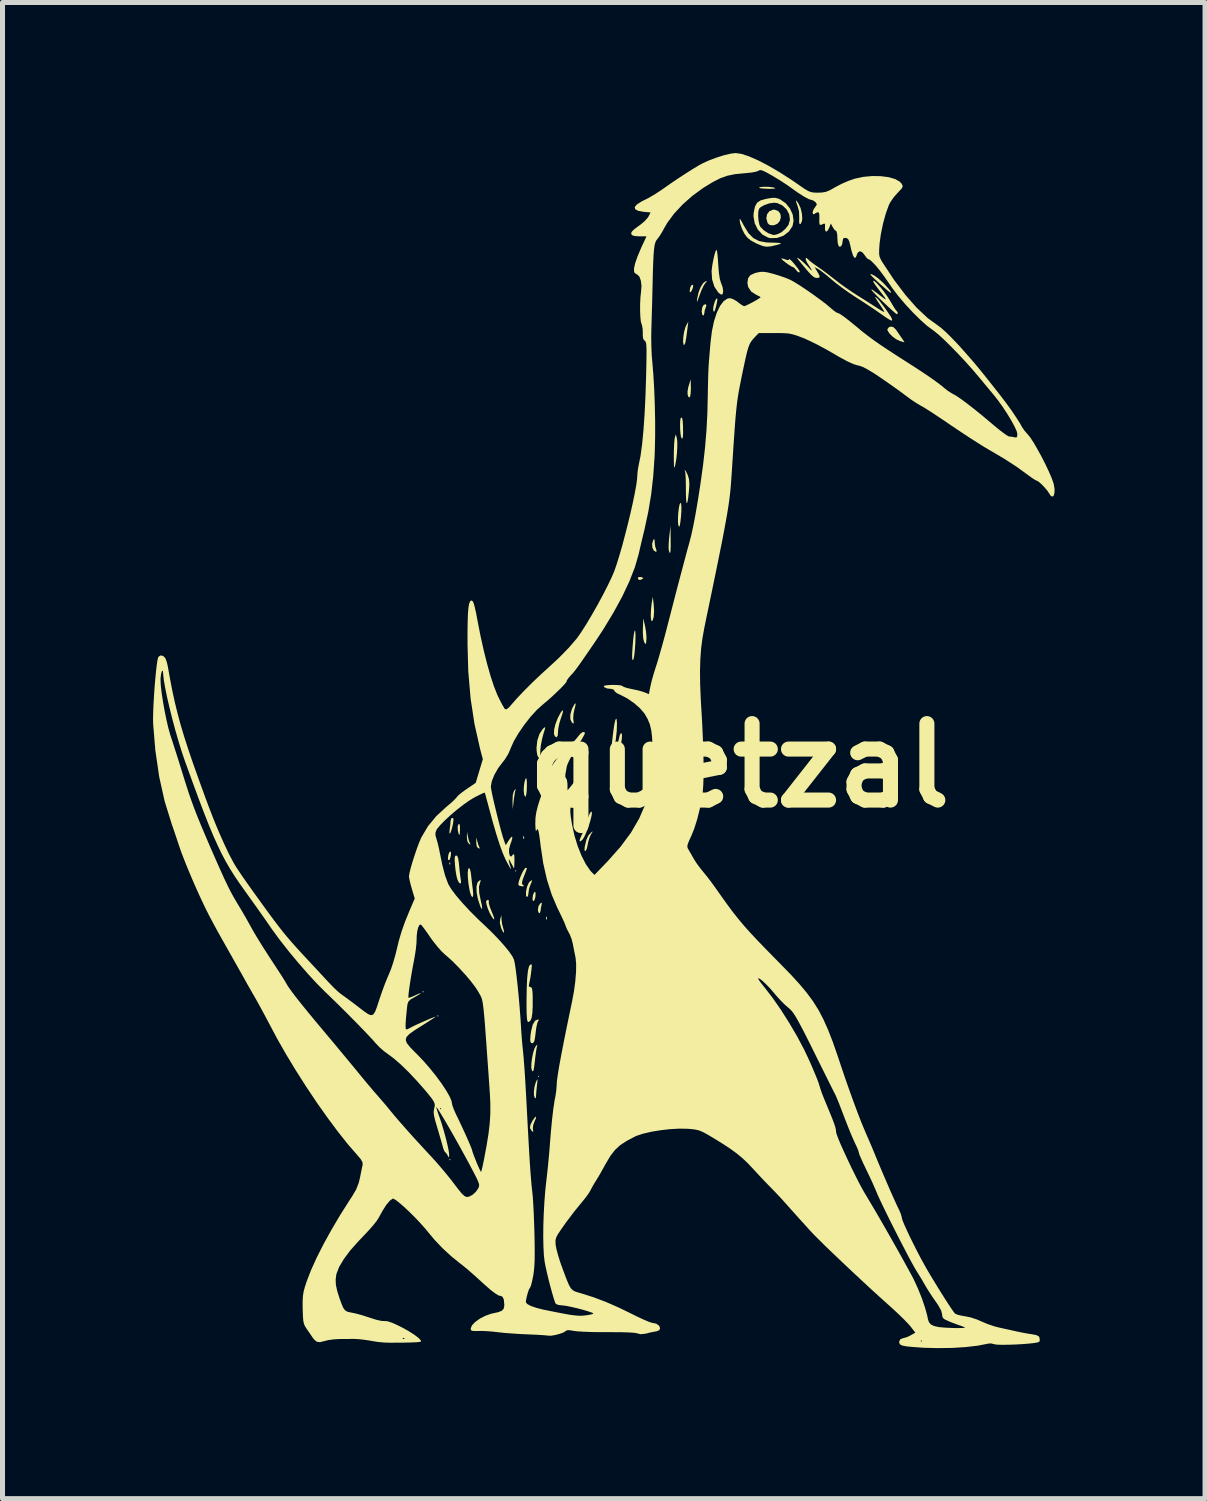
<source format=kicad_pcb>
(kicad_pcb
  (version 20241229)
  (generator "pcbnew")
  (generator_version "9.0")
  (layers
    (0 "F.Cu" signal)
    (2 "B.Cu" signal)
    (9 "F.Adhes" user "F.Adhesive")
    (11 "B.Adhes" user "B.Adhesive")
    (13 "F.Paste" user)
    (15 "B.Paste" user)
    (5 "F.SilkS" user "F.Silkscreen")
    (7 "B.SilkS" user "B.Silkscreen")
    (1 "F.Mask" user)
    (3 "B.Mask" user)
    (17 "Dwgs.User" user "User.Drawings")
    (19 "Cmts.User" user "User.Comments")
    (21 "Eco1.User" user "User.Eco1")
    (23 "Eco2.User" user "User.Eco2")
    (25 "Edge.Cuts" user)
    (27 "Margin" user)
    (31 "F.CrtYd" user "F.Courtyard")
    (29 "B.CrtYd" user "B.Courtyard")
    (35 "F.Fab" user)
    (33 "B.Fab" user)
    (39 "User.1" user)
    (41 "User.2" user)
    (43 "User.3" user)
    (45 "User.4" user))
  (footprint "quetzal"
    (layer "F.Cu")
    (at 11.684 12.205)
    (property "Reference" "quetzal" (at 0 0 0) (layer "F.SilkS") (effects (font (size 1.524 1.524) (thickness 0.3))))
    (attr board_only exclude_from_pos_files exclude_from_bom)
    (fp_poly (pts (xy -6.29 4.51) (xy -6.303 4.523) (xy -6.317 4.51) (xy -6.303 4.497)) (stroke (width 0) (type solid)) (fill yes) (layer "F.SilkS"))
    (fp_poly (pts (xy -5.995 4.992) (xy -6.009 5.005) (xy -6.022 4.992) (xy -6.009 4.978)) (stroke (width 0) (type solid)) (fill yes) (layer "F.SilkS"))
    (fp_poly (pts (xy -5.754 7.856) (xy -5.768 7.869) (xy -5.781 7.856) (xy -5.768 7.842)) (stroke (width 0) (type solid)) (fill yes) (layer "F.SilkS"))
    (fp_poly (pts (xy -4.443 2.101) (xy -4.456 2.114) (xy -4.47 2.101) (xy -4.456 2.088)) (stroke (width 0) (type solid)) (fill yes) (layer "F.SilkS"))
    (fp_poly (pts (xy -3.988 6.196) (xy -4.001 6.209) (xy -4.015 6.196) (xy -4.001 6.183)) (stroke (width 0) (type solid)) (fill yes) (layer "F.SilkS"))
    (fp_poly (pts (xy -5.763 1.936) (xy -5.76 1.968) (xy -5.763 1.972) (xy -5.779 1.968) (xy -5.781 1.954) (xy -5.771 1.932)) (stroke (width 0) (type solid)) (fill yes) (layer "F.SilkS"))
    (fp_poly (pts (xy -4.291 1.414) (xy -4.288 1.455) (xy -4.293 1.465) (xy -4.305 1.457) (xy -4.307 1.43) (xy -4.301 1.401)) (stroke (width 0) (type solid)) (fill yes) (layer "F.SilkS"))
    (fp_poly (pts (xy -3.836 3.019) (xy -3.833 3.061) (xy -3.838 3.071) (xy -3.85 3.063) (xy -3.852 3.036) (xy -3.846 3.007)) (stroke (width 0) (type solid)) (fill yes) (layer "F.SilkS"))
    (fp_poly (pts (xy -1.952 -3.754) (xy -1.916 -3.738) (xy -1.929 -3.718) (xy -1.932 -3.717) (xy -1.981 -3.695) (xy -2.015 -3.71) (xy -2.016 -3.711) (xy -2.025 -3.741) (xy -1.995 -3.757)) (stroke (width 0) (type solid)) (fill yes) (layer "F.SilkS"))
    (fp_poly (pts (xy -0.919 -9.561) (xy -0.925 -9.522) (xy -0.949 -9.463) (xy -0.973 -9.431) (xy -0.988 -9.437) (xy -0.99 -9.454) (xy -0.98 -9.523) (xy -0.954 -9.571) (xy -0.932 -9.582)) (stroke (width 0) (type solid)) (fill yes) (layer "F.SilkS"))
    (fp_poly (pts (xy -5.746 1.735) (xy -5.748 1.785) (xy -5.76 1.842) (xy -5.778 1.883) (xy -5.784 1.889) (xy -5.803 1.879) (xy -5.808 1.851) (xy -5.799 1.781) (xy -5.778 1.729) (xy -5.756 1.713)) (stroke (width 0) (type solid)) (fill yes) (layer "F.SilkS"))
    (fp_poly (pts (xy -5.569 1.203) (xy -5.567 1.266) (xy -5.57 1.352) (xy -5.579 1.387) (xy -5.592 1.369) (xy -5.609 1.299) (xy -5.609 1.296) (xy -5.614 1.216) (xy -5.597 1.17) (xy -5.578 1.166)) (stroke (width 0) (type solid)) (fill yes) (layer "F.SilkS"))
    (fp_poly (pts (xy -5.221 1.515) (xy -5.201 1.583) (xy -5.182 1.628) (xy -5.169 1.654) (xy -5.189 1.651) (xy -5.212 1.642) (xy -5.234 1.608) (xy -5.243 1.541) (xy -5.243 1.53) (xy -5.24 1.432)) (stroke (width 0) (type solid)) (fill yes) (layer "F.SilkS"))
    (fp_poly (pts (xy -4.74 3.067) (xy -4.729 3.155) (xy -4.708 3.236) (xy -4.688 3.307) (xy -4.692 3.333) (xy -4.713 3.311) (xy -4.746 3.243) (xy -4.773 3.136) (xy -4.765 3.061) (xy -4.742 2.984)) (stroke (width 0) (type solid)) (fill yes) (layer "F.SilkS"))
    (fp_poly (pts (xy -4.457 0.476) (xy -4.469 0.519) (xy -4.483 0.598) (xy -4.495 0.69) (xy -4.516 0.87) (xy -4.52 0.708) (xy -4.515 0.587) (xy -4.492 0.51) (xy -4.481 0.494) (xy -4.456 0.467)) (stroke (width 0) (type solid)) (fill yes) (layer "F.SilkS"))
    (fp_poly (pts (xy -4.061 2.539) (xy -4.062 2.597) (xy -4.063 2.61) (xy -4.078 2.672) (xy -4.098 2.702) (xy -4.116 2.694) (xy -4.122 2.652) (xy -4.113 2.584) (xy -4.092 2.532) (xy -4.071 2.516)) (stroke (width 0) (type solid)) (fill yes) (layer "F.SilkS"))
    (fp_poly (pts (xy -0.966 -7.514) (xy -0.97 -7.417) (xy -0.981 -7.354) (xy -0.998 -7.331) (xy -1.018 -7.353) (xy -1.031 -7.394) (xy -1.032 -7.456) (xy -1.017 -7.54) (xy -1.007 -7.574) (xy -0.969 -7.695)) (stroke (width 0) (type solid)) (fill yes) (layer "F.SilkS"))
    (fp_poly (pts (xy -5.409 1.419) (xy -5.391 1.492) (xy -5.372 1.543) (xy -5.37 1.547) (xy -5.358 1.576) (xy -5.378 1.568) (xy -5.401 1.547) (xy -5.422 1.5) (xy -5.43 1.428) (xy -5.43 1.42) (xy -5.427 1.325)) (stroke (width 0) (type solid)) (fill yes) (layer "F.SilkS"))
    (fp_poly (pts (xy -3.935 2.751) (xy -3.943 2.784) (xy -3.957 2.854) (xy -3.961 2.897) (xy -3.974 2.937) (xy -3.988 2.944) (xy -4.007 2.921) (xy -4.015 2.867) (xy -4 2.798) (xy -3.97 2.753) (xy -3.939 2.733)) (stroke (width 0) (type solid)) (fill yes) (layer "F.SilkS"))
    (fp_poly (pts (xy -1.369 -4.503) (xy -1.368 -4.362) (xy -1.372 -4.272) (xy -1.38 -4.234) (xy -1.392 -4.244) (xy -1.406 -4.289) (xy -1.41 -4.344) (xy -1.407 -4.434) (xy -1.399 -4.542) (xy -1.396 -4.563) (xy -1.372 -4.778)) (stroke (width 0) (type solid)) (fill yes) (layer "F.SilkS"))
    (fp_poly (pts (xy -1.879 -2.778) (xy -1.86 -2.67) (xy -1.851 -2.561) (xy -1.852 -2.511) (xy -1.858 -2.441) (xy -1.867 -2.419) (xy -1.883 -2.437) (xy -1.895 -2.456) (xy -1.915 -2.527) (xy -1.923 -2.644) (xy -1.922 -2.724) (xy -1.914 -2.931)) (stroke (width 0) (type solid)) (fill yes) (layer "F.SilkS"))
    (fp_poly (pts (xy -1.706 -3.201) (xy -1.699 -3.071) (xy -1.706 -2.965) (xy -1.726 -2.895) (xy -1.743 -2.875) (xy -1.756 -2.891) (xy -1.764 -2.947) (xy -1.765 -3.003) (xy -1.76 -3.11) (xy -1.749 -3.215) (xy -1.744 -3.252) (xy -1.724 -3.359)) (stroke (width 0) (type solid)) (fill yes) (layer "F.SilkS"))
    (fp_poly (pts (xy -1.688 -4.482) (xy -1.687 -4.448) (xy -1.678 -4.369) (xy -1.658 -4.307) (xy -1.647 -4.265) (xy -1.668 -4.259) (xy -1.708 -4.288) (xy -1.734 -4.345) (xy -1.737 -4.423) (xy -1.715 -4.493) (xy -1.713 -4.497) (xy -1.695 -4.512)) (stroke (width 0) (type solid)) (fill yes) (layer "F.SilkS"))
    (fp_poly (pts (xy -4.053 7.029) (xy -4.082 7.094) (xy -4.109 7.17) (xy -4.115 7.239) (xy -4.115 7.243) (xy -4.106 7.295) (xy -4.115 7.301) (xy -4.143 7.275) (xy -4.172 7.225) (xy -4.164 7.162) (xy -4.119 7.074) (xy -4.074 7.012) (xy -4.051 6.998)) (stroke (width 0) (type solid)) (fill yes) (layer "F.SilkS"))
    (fp_poly (pts (xy -1.029 -8.752) (xy -1.039 -8.668) (xy -1.053 -8.564) (xy -1.059 -8.518) (xy -1.077 -8.423) (xy -1.097 -8.381) (xy -1.113 -8.389) (xy -1.121 -8.446) (xy -1.117 -8.534) (xy -1.102 -8.635) (xy -1.077 -8.727) (xy -1.06 -8.768) (xy -1.016 -8.846)) (stroke (width 0) (type solid)) (fill yes) (layer "F.SilkS"))
    (fp_poly (pts (xy -0.656 -9.17) (xy -0.67 -9.126) (xy -0.691 -9.067) (xy -0.695 -9.027) (xy -0.706 -8.979) (xy -0.723 -8.966) (xy -0.741 -8.99) (xy -0.749 -9.047) (xy -0.749 -9.057) (xy -0.739 -9.128) (xy -0.713 -9.177) (xy -0.712 -9.178) (xy -0.672 -9.194)) (stroke (width 0) (type solid)) (fill yes) (layer "F.SilkS"))
    (fp_poly (pts (xy -0.441 -9.309) (xy -0.439 -9.278) (xy -0.45 -9.211) (xy -0.464 -9.151) (xy -0.486 -9.073) (xy -0.502 -9.042) (xy -0.515 -9.053) (xy -0.519 -9.065) (xy -0.521 -9.112) (xy -0.509 -9.177) (xy -0.489 -9.242) (xy -0.466 -9.293) (xy -0.445 -9.311)) (stroke (width 0) (type solid)) (fill yes) (layer "F.SilkS"))
    (fp_poly (pts (xy 0.575 -11.532) (xy 0.655 -11.524) (xy 0.709 -11.511) (xy 0.715 -11.5) (xy 0.672 -11.494) (xy 0.583 -11.492) (xy 0.571 -11.493) (xy 0.48 -11.497) (xy 0.416 -11.504) (xy 0.392 -11.514) (xy 0.392 -11.516) (xy 0.425 -11.528) (xy 0.493 -11.533)) (stroke (width 0) (type solid)) (fill yes) (layer "F.SilkS"))
    (fp_poly (pts (xy -5.7 1.054) (xy -5.697 1.091) (xy -5.708 1.167) (xy -5.713 1.189) (xy -5.734 1.276) (xy -5.754 1.334) (xy -5.77 1.359) (xy -5.778 1.345) (xy -5.774 1.287) (xy -5.772 1.271) (xy -5.761 1.186) (xy -5.755 1.114) (xy -5.755 1.104) (xy -5.741 1.057) (xy -5.719 1.044)) (stroke (width 0) (type solid)) (fill yes) (layer "F.SilkS"))
    (fp_poly (pts (xy -4.241 0.268) (xy -4.235 0.322) (xy -4.234 0.398) (xy -4.236 0.482) (xy -4.243 0.557) (xy -4.253 0.609) (xy -4.257 0.618) (xy -4.274 0.617) (xy -4.289 0.573) (xy -4.29 0.57) (xy -4.297 0.495) (xy -4.293 0.406) (xy -4.28 0.324) (xy -4.262 0.266) (xy -4.251 0.251)) (stroke (width 0) (type solid)) (fill yes) (layer "F.SilkS"))
    (fp_poly (pts (xy -4.131 2.293) (xy -4.146 2.34) (xy -4.161 2.371) (xy -4.191 2.457) (xy -4.202 2.536) (xy -4.21 2.595) (xy -4.23 2.623) (xy -4.232 2.623) (xy -4.251 2.598) (xy -4.251 2.523) (xy -4.249 2.501) (xy -4.23 2.415) (xy -4.199 2.344) (xy -4.188 2.327) (xy -4.145 2.288)) (stroke (width 0) (type solid)) (fill yes) (layer "F.SilkS"))
    (fp_poly (pts (xy -2.926 1.324) (xy -2.955 1.37) (xy -2.988 1.442) (xy -3.014 1.535) (xy -3.02 1.569) (xy -3.036 1.645) (xy -3.057 1.695) (xy -3.068 1.705) (xy -3.085 1.695) (xy -3.084 1.643) (xy -3.075 1.593) (xy -3.046 1.474) (xy -3.007 1.393) (xy -2.954 1.336) (xy -2.925 1.314)) (stroke (width 0) (type solid)) (fill yes) (layer "F.SilkS"))
    (fp_poly (pts (xy 0.705 -11.076) (xy 0.777 -11.048) (xy 0.818 -10.993) (xy 0.827 -10.923) (xy 0.807 -10.853) (xy 0.759 -10.796) (xy 0.684 -10.765) (xy 0.677 -10.765) (xy 0.606 -10.77) (xy 0.565 -10.807) (xy 0.564 -10.81) (xy 0.538 -10.901) (xy 0.552 -10.984) (xy 0.599 -11.046) (xy 0.673 -11.076)) (stroke (width 0) (type solid)) (fill yes) (layer "F.SilkS"))
    (fp_poly (pts (xy 1.139 -11.255) (xy 1.172 -11.209) (xy 1.177 -11.202) (xy 1.22 -11.11) (xy 1.247 -10.999) (xy 1.254 -10.895) (xy 1.245 -10.842) (xy 1.222 -10.793) (xy 1.201 -10.79) (xy 1.191 -10.83) (xy 1.194 -10.9) (xy 1.19 -11.04) (xy 1.166 -11.131) (xy 1.136 -11.219) (xy 1.127 -11.259)) (stroke (width 0) (type solid)) (fill yes) (layer "F.SilkS"))
    (fp_poly (pts (xy -5.16 2.318) (xy -5.165 2.327) (xy -5.189 2.416) (xy -5.184 2.54) (xy -5.153 2.693) (xy -5.132 2.785) (xy -5.125 2.842) (xy -5.131 2.861) (xy -5.149 2.836) (xy -5.167 2.794) (xy -5.212 2.653) (xy -5.236 2.523) (xy -5.238 2.412) (xy -5.218 2.332) (xy -5.179 2.292) (xy -5.152 2.288)) (stroke (width 0) (type solid)) (fill yes) (layer "F.SilkS"))
    (fp_poly (pts (xy -4.992 2.688) (xy -4.994 2.713) (xy -4.991 2.755) (xy -4.969 2.828) (xy -4.939 2.904) (xy -4.9 2.999) (xy -4.883 3.055) (xy -4.889 3.069) (xy -4.917 3.039) (xy -4.936 3.01) (xy -4.977 2.936) (xy -5.013 2.851) (xy -5.038 2.771) (xy -5.047 2.714) (xy -5.043 2.7) (xy -5.014 2.677)) (stroke (width 0) (type solid)) (fill yes) (layer "F.SilkS"))
    (fp_poly (pts (xy -4.023 6.284) (xy -4.031 6.36) (xy -4.034 6.383) (xy -4.044 6.478) (xy -4.05 6.556) (xy -4.052 6.591) (xy -4.055 6.631) (xy -4.066 6.63) (xy -4.077 6.62) (xy -4.093 6.575) (xy -4.094 6.498) (xy -4.083 6.409) (xy -4.061 6.327) (xy -4.055 6.313) (xy -4.034 6.266) (xy -4.024 6.254)) (stroke (width 0) (type solid)) (fill yes) (layer "F.SilkS"))
    (fp_poly (pts (xy -3.262 -1.218) (xy -3.278 -1.146) (xy -3.283 -1.131) (xy -3.304 -1.036) (xy -3.311 -0.945) (xy -3.309 -0.917) (xy -3.3 -0.853) (xy -3.306 -0.834) (xy -3.329 -0.851) (xy -3.34 -0.862) (xy -3.368 -0.923) (xy -3.368 -1.013) (xy -3.34 -1.114) (xy -3.329 -1.141) (xy -3.289 -1.216) (xy -3.266 -1.241)) (stroke (width 0) (type solid)) (fill yes) (layer "F.SilkS"))
    (fp_poly (pts (xy -2.445 -0.918) (xy -2.439 -0.849) (xy -2.442 -0.728) (xy -2.444 -0.682) (xy -2.464 -0.5) (xy -2.495 -0.366) (xy -2.515 -0.314) (xy -2.57 -0.201) (xy -2.556 -0.308) (xy -2.547 -0.382) (xy -2.534 -0.491) (xy -2.519 -0.617) (xy -2.512 -0.676) (xy -2.492 -0.814) (xy -2.473 -0.9) (xy -2.457 -0.935)) (stroke (width 0) (type solid)) (fill yes) (layer "F.SilkS"))
    (fp_poly (pts (xy -2.073 -2.665) (xy -2.069 -2.589) (xy -2.072 -2.463) (xy -2.073 -2.437) (xy -2.082 -2.307) (xy -2.093 -2.201) (xy -2.106 -2.128) (xy -2.117 -2.103) (xy -2.13 -2.104) (xy -2.136 -2.143) (xy -2.136 -2.224) (xy -2.128 -2.353) (xy -2.116 -2.501) (xy -2.103 -2.608) (xy -2.091 -2.672) (xy -2.08 -2.692)) (stroke (width 0) (type solid)) (fill yes) (layer "F.SilkS"))
    (fp_poly (pts (xy -1.161 -5.22) (xy -1.155 -5.163) (xy -1.155 -5.076) (xy -1.162 -4.967) (xy -1.174 -4.858) (xy -1.186 -4.783) (xy -1.197 -4.757) (xy -1.209 -4.771) (xy -1.215 -4.786) (xy -1.223 -4.843) (xy -1.223 -4.928) (xy -1.218 -5.026) (xy -1.207 -5.12) (xy -1.193 -5.195) (xy -1.176 -5.233) (xy -1.175 -5.234)) (stroke (width 0) (type solid)) (fill yes) (layer "F.SilkS"))
    (fp_poly (pts (xy -1.136 -6.912) (xy -1.128 -6.853) (xy -1.122 -6.748) (xy -1.122 -6.724) (xy -1.121 -6.608) (xy -1.127 -6.536) (xy -1.139 -6.51) (xy -1.156 -6.533) (xy -1.162 -6.55) (xy -1.172 -6.607) (xy -1.179 -6.689) (xy -1.181 -6.78) (xy -1.179 -6.861) (xy -1.172 -6.914) (xy -1.168 -6.924) (xy -1.149 -6.934)) (stroke (width 0) (type solid)) (fill yes) (layer "F.SilkS"))
    (fp_poly (pts (xy -0.654 -9.641) (xy -0.679 -9.612) (xy -0.712 -9.561) (xy -0.752 -9.477) (xy -0.79 -9.378) (xy -0.791 -9.377) (xy -0.823 -9.287) (xy -0.84 -9.244) (xy -0.846 -9.246) (xy -0.842 -9.288) (xy -0.838 -9.314) (xy -0.813 -9.427) (xy -0.773 -9.53) (xy -0.724 -9.609) (xy -0.678 -9.647) (xy -0.648 -9.656)) (stroke (width 0) (type solid)) (fill yes) (layer "F.SilkS"))
    (fp_poly (pts (xy -5.37 2.061) (xy -5.353 2.126) (xy -5.345 2.187) (xy -5.332 2.305) (xy -5.317 2.43) (xy -5.31 2.482) (xy -5.303 2.576) (xy -5.313 2.62) (xy -5.321 2.623) (xy -5.341 2.599) (xy -5.364 2.538) (xy -5.377 2.482) (xy -5.398 2.356) (xy -5.41 2.237) (xy -5.413 2.138) (xy -5.405 2.069) (xy -5.39 2.043)) (stroke (width 0) (type solid)) (fill yes) (layer "F.SilkS"))
    (fp_poly (pts (xy -3.513 -1.093) (xy -3.523 -1.039) (xy -3.556 -0.94) (xy -3.559 -0.933) (xy -3.59 -0.829) (xy -3.61 -0.724) (xy -3.613 -0.676) (xy -3.62 -0.593) (xy -3.642 -0.562) (xy -3.676 -0.58) (xy -3.695 -0.632) (xy -3.69 -0.719) (xy -3.664 -0.826) (xy -3.62 -0.941) (xy -3.608 -0.965) (xy -3.558 -1.057) (xy -3.526 -1.099)) (stroke (width 0) (type solid)) (fill yes) (layer "F.SilkS"))
    (fp_poly (pts (xy -1.246 -6.526) (xy -1.237 -6.453) (xy -1.237 -6.345) (xy -1.244 -6.219) (xy -1.258 -6.094) (xy -1.278 -5.987) (xy -1.279 -5.982) (xy -1.29 -5.943) (xy -1.298 -5.937) (xy -1.303 -5.971) (xy -1.305 -6.049) (xy -1.306 -6.169) (xy -1.304 -6.296) (xy -1.299 -6.41) (xy -1.292 -6.494) (xy -1.286 -6.531) (xy -1.266 -6.598)) (stroke (width 0) (type solid)) (fill yes) (layer "F.SilkS"))
    (fp_poly (pts (xy 2.641 -9.788) (xy 2.701 -9.756) (xy 2.777 -9.699) (xy 2.858 -9.626) (xy 2.898 -9.585) (xy 2.973 -9.503) (xy 3.014 -9.451) (xy 3.023 -9.426) (xy 3.012 -9.421) (xy 2.989 -9.438) (xy 2.934 -9.483) (xy 2.858 -9.549) (xy 2.799 -9.601) (xy 2.716 -9.677) (xy 2.652 -9.739) (xy 2.614 -9.779) (xy 2.608 -9.79)) (stroke (width 0) (type solid)) (fill yes) (layer "F.SilkS"))
    (fp_poly (pts (xy -4.025 5.569) (xy -4.028 5.581) (xy -4.04 5.631) (xy -4.054 5.719) (xy -4.068 5.827) (xy -4.071 5.859) (xy -4.085 5.981) (xy -4.097 6.056) (xy -4.108 6.091) (xy -4.121 6.094) (xy -4.135 6.076) (xy -4.146 6.023) (xy -4.144 5.937) (xy -4.131 5.833) (xy -4.11 5.73) (xy -4.084 5.645) (xy -4.063 5.604) (xy -4.032 5.566)) (stroke (width 0) (type solid)) (fill yes) (layer "F.SilkS"))
    (fp_poly (pts (xy -3.998 5.074) (xy -4.009 5.092) (xy -4.027 5.135) (xy -4.044 5.213) (xy -4.055 5.286) (xy -4.066 5.381) (xy -4.078 5.458) (xy -4.086 5.494) (xy -4.113 5.535) (xy -4.147 5.531) (xy -4.164 5.504) (xy -4.167 5.461) (xy -4.162 5.382) (xy -4.15 5.297) (xy -4.118 5.166) (xy -4.071 5.087) (xy -4.01 5.059) (xy -4.006 5.059)) (stroke (width 0) (type solid)) (fill yes) (layer "F.SilkS"))
    (fp_poly (pts (xy -2.32 -0.138) (xy -2.317 -0.091) (xy -2.32 -0.036) (xy -2.333 0.049) (xy -2.351 0.137) (xy -2.373 0.221) (xy -2.396 0.29) (xy -2.416 0.335) (xy -2.43 0.346) (xy -2.436 0.315) (xy -2.436 0.314) (xy -2.431 0.273) (xy -2.418 0.195) (xy -2.4 0.097) (xy -2.398 0.084) (xy -2.374 -0.025) (xy -2.351 -0.101) (xy -2.332 -0.14)) (stroke (width 0) (type solid)) (fill yes) (layer "F.SilkS"))
    (fp_poly (pts (xy 3.067 -8.737) (xy 3.119 -8.688) (xy 3.143 -8.653) (xy 3.196 -8.576) (xy 3.244 -8.507) (xy 3.255 -8.491) (xy 3.283 -8.449) (xy 3.289 -8.433) (xy 3.259 -8.442) (xy 3.2 -8.459) (xy 3.198 -8.46) (xy 3.126 -8.494) (xy 3.052 -8.549) (xy 2.99 -8.611) (xy 2.954 -8.668) (xy 2.95 -8.695) (xy 2.98 -8.733) (xy 3.017 -8.747)) (stroke (width 0) (type solid)) (fill yes) (layer "F.SilkS"))
    (fp_poly (pts (xy -5.619 1.807) (xy -5.603 1.853) (xy -5.59 1.939) (xy -5.584 2.001) (xy -5.573 2.111) (xy -5.561 2.21) (xy -5.551 2.277) (xy -5.55 2.282) (xy -5.546 2.339) (xy -5.563 2.353) (xy -5.592 2.327) (xy -5.62 2.268) (xy -5.638 2.197) (xy -5.655 2.095) (xy -5.666 1.987) (xy -5.673 1.885) (xy -5.671 1.826) (xy -5.659 1.799) (xy -5.642 1.793)) (stroke (width 0) (type solid)) (fill yes) (layer "F.SilkS"))
    (fp_poly (pts (xy -4.233 2.042) (xy -4.241 2.077) (xy -4.289 2.199) (xy -4.319 2.28) (xy -4.331 2.331) (xy -4.329 2.361) (xy -4.315 2.379) (xy -4.309 2.383) (xy -4.288 2.402) (xy -4.316 2.408) (xy -4.328 2.408) (xy -4.381 2.398) (xy -4.402 2.383) (xy -4.402 2.343) (xy -4.383 2.274) (xy -4.351 2.191) (xy -4.314 2.114) (xy -4.279 2.057) (xy -4.258 2.039)) (stroke (width 0) (type solid)) (fill yes) (layer "F.SilkS"))
    (fp_poly (pts (xy -3.869 -0.75) (xy -3.882 -0.7) (xy -3.898 -0.652) (xy -3.931 -0.53) (xy -3.955 -0.406) (xy -3.967 -0.295) (xy -3.965 -0.212) (xy -3.957 -0.181) (xy -3.948 -0.142) (xy -3.971 -0.138) (xy -4.009 -0.166) (xy -4.027 -0.209) (xy -4.039 -0.286) (xy -4.042 -0.354) (xy -4.026 -0.498) (xy -3.983 -0.628) (xy -3.918 -0.727) (xy -3.897 -0.747) (xy -3.874 -0.763)) (stroke (width 0) (type solid)) (fill yes) (layer "F.SilkS"))
    (fp_poly (pts (xy -2.346 -0.641) (xy -2.346 -0.64) (xy -2.338 -0.601) (xy -2.343 -0.525) (xy -2.358 -0.429) (xy -2.378 -0.327) (xy -2.403 -0.234) (xy -2.428 -0.166) (xy -2.436 -0.152) (xy -2.469 -0.108) (xy -2.481 -0.108) (xy -2.478 -0.12) (xy -2.467 -0.171) (xy -2.45 -0.258) (xy -2.431 -0.365) (xy -2.426 -0.396) (xy -2.402 -0.525) (xy -2.382 -0.606) (xy -2.363 -0.642)) (stroke (width 0) (type solid)) (fill yes) (layer "F.SilkS"))
    (fp_poly (pts (xy -1.067 -5.866) (xy -1.039 -5.811) (xy -1.028 -5.788) (xy -1.004 -5.707) (xy -0.996 -5.609) (xy -1.002 -5.5) (xy -1.017 -5.356) (xy -1.031 -5.264) (xy -1.043 -5.226) (xy -1.054 -5.24) (xy -1.061 -5.307) (xy -1.065 -5.427) (xy -1.065 -5.49) (xy -1.066 -5.621) (xy -1.069 -5.734) (xy -1.075 -5.816) (xy -1.081 -5.857) (xy -1.082 -5.858) (xy -1.09 -5.886) (xy -1.086 -5.888)) (stroke (width 0) (type solid)) (fill yes) (layer "F.SilkS"))
    (fp_poly (pts (xy -2.939 0.932) (xy -2.942 0.985) (xy -2.96 1.066) (xy -2.988 1.162) (xy -3.022 1.263) (xy -3.06 1.358) (xy -3.097 1.435) (xy -3.131 1.485) (xy -3.134 1.488) (xy -3.173 1.514) (xy -3.185 1.502) (xy -3.173 1.458) (xy -3.145 1.393) (xy -3.14 1.384) (xy -3.109 1.314) (xy -3.072 1.215) (xy -3.038 1.112) (xy -3.007 1.02) (xy -2.977 0.951) (xy -2.954 0.918) (xy -2.953 0.917)) (stroke (width 0) (type solid)) (fill yes) (layer "F.SilkS"))
    (fp_poly (pts (xy 0.862 -10.103) (xy 0.937 -10.078) (xy 0.957 -10.07) (xy 0.987 -10.077) (xy 0.99 -10.09) (xy 1.005 -10.089) (xy 1.045 -10.053) (xy 1.097 -9.993) (xy 1.153 -9.923) (xy 1.192 -9.868) (xy 1.204 -9.843) (xy 1.191 -9.823) (xy 1.16 -9.84) (xy 1.13 -9.876) (xy 1.094 -9.918) (xy 1.071 -9.93) (xy 1.037 -9.945) (xy 0.976 -9.984) (xy 0.917 -10.027) (xy 0.854 -10.079) (xy 0.835 -10.103)) (stroke (width 0) (type solid)) (fill yes) (layer "F.SilkS"))
    (fp_poly (pts (xy -0.446 -10.253) (xy -0.436 -10.185) (xy -0.427 -10.086) (xy -0.421 -9.986) (xy -0.408 -9.821) (xy -0.389 -9.695) (xy -0.365 -9.616) (xy -0.363 -9.612) (xy -0.333 -9.531) (xy -0.322 -9.453) (xy -0.332 -9.397) (xy -0.344 -9.384) (xy -0.376 -9.391) (xy -0.422 -9.428) (xy -0.423 -9.43) (xy -0.498 -9.543) (xy -0.543 -9.687) (xy -0.553 -9.844) (xy -0.551 -9.876) (xy -0.536 -9.987) (xy -0.515 -10.095) (xy -0.493 -10.188) (xy -0.472 -10.253) (xy -0.454 -10.278) (xy -0.454 -10.278)) (stroke (width 0) (type solid)) (fill yes) (layer "F.SilkS"))
    (fp_poly (pts (xy 0.027 -10.873) (xy 0.063 -10.81) (xy 0.093 -10.753) (xy 0.182 -10.608) (xy 0.279 -10.51) (xy 0.393 -10.451) (xy 0.536 -10.424) (xy 0.6 -10.421) (xy 0.726 -10.418) (xy 0.801 -10.413) (xy 0.83 -10.405) (xy 0.816 -10.394) (xy 0.763 -10.378) (xy 0.736 -10.371) (xy 0.625 -10.345) (xy 0.544 -10.338) (xy 0.469 -10.351) (xy 0.378 -10.387) (xy 0.33 -10.409) (xy 0.226 -10.465) (xy 0.155 -10.524) (xy 0.1 -10.6) (xy 0.095 -10.608) (xy 0.05 -10.701) (xy 0.018 -10.796) (xy 0.011 -10.831) (xy 0.006 -10.879) (xy 0.01 -10.895)) (stroke (width 0) (type solid)) (fill yes) (layer "F.SilkS"))
    (fp_poly (pts (xy -4.137 3.965) (xy -4.136 3.995) (xy -4.142 4.062) (xy -4.153 4.148) (xy -4.166 4.239) (xy -4.181 4.316) (xy -4.19 4.356) (xy -4.195 4.403) (xy -4.165 4.416) (xy -4.165 4.416) (xy -4.142 4.425) (xy -4.128 4.46) (xy -4.121 4.53) (xy -4.118 4.61) (xy -4.118 4.798) (xy -4.125 4.938) (xy -4.141 5.034) (xy -4.166 5.09) (xy -4.202 5.112) (xy -4.21 5.112) (xy -4.223 5.097) (xy -4.232 5.049) (xy -4.238 4.963) (xy -4.241 4.833) (xy -4.241 4.677) (xy -4.237 4.429) (xy -4.228 4.235) (xy -4.213 4.093) (xy -4.192 4.005) (xy -4.17 3.972) (xy -4.14 3.963)) (stroke (width 0) (type solid)) (fill yes) (layer "F.SilkS"))
    (fp_poly (pts (xy 2.692 -9.652) (xy 2.741 -9.609) (xy 2.804 -9.539) (xy 2.874 -9.453) (xy 2.942 -9.359) (xy 3.001 -9.266) (xy 3.014 -9.245) (xy 3.064 -9.159) (xy 3.106 -9.093) (xy 3.132 -9.06) (xy 3.134 -9.059) (xy 3.156 -9.029) (xy 3.152 -9) (xy 3.138 -8.994) (xy 3.112 -9.012) (xy 3.056 -9.06) (xy 2.977 -9.132) (xy 2.884 -9.22) (xy 2.871 -9.232) (xy 2.756 -9.344) (xy 2.677 -9.425) (xy 2.635 -9.474) (xy 2.63 -9.49) (xy 2.664 -9.472) (xy 2.736 -9.419) (xy 2.737 -9.419) (xy 2.824 -9.352) (xy 2.878 -9.311) (xy 2.905 -9.293) (xy 2.916 -9.29) (xy 2.917 -9.296) (xy 2.902 -9.322) (xy 2.86 -9.379) (xy 2.801 -9.455) (xy 2.784 -9.477) (xy 2.723 -9.557) (xy 2.681 -9.62) (xy 2.665 -9.656) (xy 2.666 -9.66)) (stroke (width 0) (type solid)) (fill yes) (layer "F.SilkS"))
    (fp_poly (pts (xy 0.771 -11.299) (xy 0.812 -11.282) (xy 0.923 -11.205) (xy 1.009 -11.1) (xy 1.064 -10.978) (xy 1.081 -10.854) (xy 1.06 -10.749) (xy 0.987 -10.64) (xy 0.88 -10.558) (xy 0.753 -10.513) (xy 0.621 -10.509) (xy 0.575 -10.519) (xy 0.46 -10.58) (xy 0.368 -10.68) (xy 0.306 -10.806) (xy 0.282 -10.945) (xy 0.282 -10.951) (xy 0.375 -10.951) (xy 0.383 -10.855) (xy 0.401 -10.772) (xy 0.418 -10.736) (xy 0.488 -10.665) (xy 0.578 -10.607) (xy 0.668 -10.575) (xy 0.694 -10.572) (xy 0.759 -10.587) (xy 0.835 -10.624) (xy 0.847 -10.632) (xy 0.919 -10.696) (xy 0.977 -10.77) (xy 0.981 -10.777) (xy 1.009 -10.88) (xy 0.993 -10.985) (xy 0.941 -11.083) (xy 0.86 -11.16) (xy 0.758 -11.207) (xy 0.693 -11.215) (xy 0.597 -11.202) (xy 0.501 -11.17) (xy 0.424 -11.126) (xy 0.395 -11.097) (xy 0.378 -11.039) (xy 0.375 -10.951) (xy 0.282 -10.951) (xy 0.287 -11.023) (xy 0.312 -11.139) (xy 0.353 -11.214) (xy 0.42 -11.26) (xy 0.526 -11.29) (xy 0.545 -11.294) (xy 0.645 -11.311) (xy 0.714 -11.313)) (stroke (width 0) (type solid)) (fill yes) (layer "F.SilkS"))
    (fp_poly (pts (xy 1.193 -10.098) (xy 1.241 -10.059) (xy 1.299 -10.007) (xy 1.359 -9.947) (xy 1.368 -9.937) (xy 1.42 -9.88) (xy 1.444 -9.86) (xy 1.439 -9.879) (xy 1.404 -9.937) (xy 1.352 -10.018) (xy 1.325 -10.074) (xy 1.323 -10.109) (xy 1.342 -10.113) (xy 1.372 -10.085) (xy 1.41 -10.05) (xy 1.479 -9.997) (xy 1.563 -9.938) (xy 1.566 -9.936) (xy 1.669 -9.864) (xy 1.787 -9.775) (xy 1.897 -9.689) (xy 1.902 -9.685) (xy 2 -9.609) (xy 2.125 -9.519) (xy 2.26 -9.427) (xy 2.353 -9.367) (xy 2.476 -9.29) (xy 2.596 -9.213) (xy 2.699 -9.148) (xy 2.76 -9.109) (xy 2.829 -9.065) (xy 2.877 -9.04) (xy 2.891 -9.037) (xy 2.877 -9.065) (xy 2.842 -9.122) (xy 2.815 -9.162) (xy 2.752 -9.257) (xy 2.717 -9.313) (xy 2.707 -9.336) (xy 2.721 -9.331) (xy 2.738 -9.318) (xy 2.777 -9.277) (xy 2.834 -9.205) (xy 2.9 -9.117) (xy 2.963 -9.028) (xy 3.014 -8.951) (xy 3.041 -8.901) (xy 3.041 -8.901) (xy 3.047 -8.872) (xy 3.032 -8.866) (xy 2.989 -8.886) (xy 2.913 -8.935) (xy 2.817 -9.002) (xy 2.715 -9.073) (xy 2.585 -9.16) (xy 2.445 -9.252) (xy 2.327 -9.328) (xy 2.192 -9.417) (xy 2.051 -9.517) (xy 1.924 -9.614) (xy 1.838 -9.684) (xy 1.746 -9.763) (xy 1.659 -9.832) (xy 1.593 -9.88) (xy 1.572 -9.892) (xy 1.499 -9.931) (xy 1.552 -9.844) (xy 1.593 -9.771) (xy 1.601 -9.733) (xy 1.576 -9.718) (xy 1.541 -9.716) (xy 1.511 -9.721) (xy 1.478 -9.739) (xy 1.434 -9.776) (xy 1.376 -9.838) (xy 1.297 -9.931) (xy 1.191 -10.059) (xy 1.179 -10.074) (xy 1.154 -10.111) (xy 1.161 -10.117)) (stroke (width 0) (type solid)) (fill yes) (layer "F.SilkS"))
    (fp_poly (pts (xy 0.043 -12.188) (xy 0.195 -12.138) (xy 0.377 -12.058) (xy 0.583 -11.951) (xy 0.807 -11.82) (xy 1.045 -11.667) (xy 1.197 -11.562) (xy 1.297 -11.493) (xy 1.369 -11.45) (xy 1.428 -11.427) (xy 1.49 -11.417) (xy 1.566 -11.415) (xy 1.655 -11.419) (xy 1.729 -11.433) (xy 1.806 -11.465) (xy 1.905 -11.521) (xy 1.917 -11.528) (xy 2.04 -11.592) (xy 2.18 -11.653) (xy 2.304 -11.695) (xy 2.475 -11.731) (xy 2.651 -11.747) (xy 2.821 -11.744) (xy 2.976 -11.724) (xy 3.105 -11.687) (xy 3.198 -11.634) (xy 3.23 -11.599) (xy 3.252 -11.562) (xy 3.253 -11.53) (xy 3.23 -11.492) (xy 3.176 -11.434) (xy 3.15 -11.407) (xy 3.076 -11.322) (xy 3.013 -11.232) (xy 2.982 -11.174) (xy 2.92 -11.003) (xy 2.864 -10.801) (xy 2.821 -10.594) (xy 2.795 -10.404) (xy 2.793 -10.381) (xy 2.786 -10.267) (xy 2.786 -10.19) (xy 2.797 -10.133) (xy 2.821 -10.08) (xy 2.853 -10.025) (xy 3.082 -9.679) (xy 3.31 -9.377) (xy 3.534 -9.122) (xy 3.754 -8.916) (xy 3.966 -8.762) (xy 4.027 -8.716) (xy 4.114 -8.638) (xy 4.217 -8.537) (xy 4.328 -8.422) (xy 4.394 -8.35) (xy 4.495 -8.237) (xy 4.585 -8.135) (xy 4.671 -8.036) (xy 4.758 -7.931) (xy 4.854 -7.814) (xy 4.965 -7.675) (xy 5.097 -7.508) (xy 5.213 -7.36) (xy 5.318 -7.222) (xy 5.423 -7.077) (xy 5.517 -6.937) (xy 5.594 -6.816) (xy 5.633 -6.746) (xy 5.677 -6.68) (xy 5.738 -6.608) (xy 5.75 -6.596) (xy 5.801 -6.532) (xy 5.867 -6.43) (xy 5.942 -6.301) (xy 6.022 -6.155) (xy 6.099 -6.004) (xy 6.168 -5.858) (xy 6.224 -5.729) (xy 6.26 -5.628) (xy 6.265 -5.609) (xy 6.282 -5.511) (xy 6.28 -5.432) (xy 6.265 -5.378) (xy 6.238 -5.357) (xy 6.204 -5.376) (xy 6.18 -5.413) (xy 6.143 -5.47) (xy 6.086 -5.538) (xy 6.024 -5.603) (xy 5.968 -5.653) (xy 5.931 -5.674) (xy 5.93 -5.674) (xy 5.896 -5.69) (xy 5.833 -5.73) (xy 5.754 -5.788) (xy 5.741 -5.797) (xy 5.52 -5.957) (xy 5.269 -6.119) (xy 4.978 -6.29) (xy 4.878 -6.349) (xy 4.744 -6.433) (xy 4.589 -6.532) (xy 4.424 -6.641) (xy 4.26 -6.751) (xy 4.227 -6.773) (xy 4.076 -6.876) (xy 3.932 -6.972) (xy 3.804 -7.056) (xy 3.7 -7.122) (xy 3.628 -7.164) (xy 3.612 -7.173) (xy 3.529 -7.222) (xy 3.427 -7.289) (xy 3.332 -7.359) (xy 3.251 -7.42) (xy 3.138 -7.502) (xy 3.007 -7.595) (xy 2.871 -7.689) (xy 2.828 -7.719) (xy 2.677 -7.82) (xy 2.559 -7.891) (xy 2.468 -7.939) (xy 2.395 -7.966) (xy 2.36 -7.973) (xy 2.271 -8) (xy 2.147 -8.057) (xy 1.984 -8.145) (xy 1.874 -8.21) (xy 1.725 -8.295) (xy 1.568 -8.38) (xy 1.418 -8.454) (xy 1.294 -8.511) (xy 1.265 -8.522) (xy 1.155 -8.564) (xy 1.068 -8.591) (xy 0.987 -8.608) (xy 0.896 -8.615) (xy 0.776 -8.618) (xy 0.703 -8.618) (xy 0.388 -8.618) (xy 0.302 -8.53) (xy 0.264 -8.487) (xy 0.232 -8.445) (xy 0.204 -8.394) (xy 0.179 -8.328) (xy 0.153 -8.239) (xy 0.125 -8.12) (xy 0.091 -7.963) (xy 0.049 -7.762) (xy 0.024 -7.636) (xy 0.002 -7.525) (xy -0.017 -7.422) (xy -0.033 -7.321) (xy -0.047 -7.215) (xy -0.06 -7.098) (xy -0.073 -6.964) (xy -0.086 -6.807) (xy -0.099 -6.619) (xy -0.115 -6.396) (xy -0.132 -6.13) (xy -0.147 -5.904) (xy -0.155 -5.78) (xy -0.163 -5.667) (xy -0.171 -5.561) (xy -0.181 -5.457) (xy -0.193 -5.353) (xy -0.207 -5.243) (xy -0.225 -5.123) (xy -0.247 -4.99) (xy -0.274 -4.839) (xy -0.306 -4.666) (xy -0.344 -4.468) (xy -0.39 -4.239) (xy -0.443 -3.976) (xy -0.505 -3.675) (xy -0.576 -3.332) (xy -0.657 -2.943) (xy -0.698 -2.743) (xy -0.734 -2.543) (xy -0.761 -2.34) (xy -0.777 -2.124) (xy -0.784 -1.888) (xy -0.781 -1.623) (xy -0.769 -1.321) (xy -0.75 -1.004) (xy -0.738 -0.792) (xy -0.728 -0.561) (xy -0.719 -0.33) (xy -0.714 -0.117) (xy -0.713 0.054) (xy -0.714 0.241) (xy -0.719 0.39) (xy -0.728 0.515) (xy -0.743 0.632) (xy -0.765 0.755) (xy -0.786 0.856) (xy -0.838 1.066) (xy -0.898 1.257) (xy -0.956 1.401) (xy -1.003 1.503) (xy -1.029 1.57) (xy -1.037 1.614) (xy -1.029 1.648) (xy -1.01 1.682) (xy -0.969 1.752) (xy -0.921 1.838) (xy -0.908 1.86) (xy -0.86 1.937) (xy -0.791 2.032) (xy -0.725 2.114) (xy -0.645 2.212) (xy -0.555 2.33) (xy -0.473 2.443) (xy -0.469 2.449) (xy -0.342 2.629) (xy -0.229 2.786) (xy -0.124 2.927) (xy -0.019 3.059) (xy 0.089 3.188) (xy 0.209 3.323) (xy 0.345 3.469) (xy 0.505 3.635) (xy 0.693 3.827) (xy 0.812 3.948) (xy 1.02 4.161) (xy 1.195 4.352) (xy 1.343 4.529) (xy 1.469 4.7) (xy 1.579 4.875) (xy 1.677 5.063) (xy 1.77 5.272) (xy 1.863 5.511) (xy 1.96 5.79) (xy 2.006 5.928) (xy 2.093 6.186) (xy 2.183 6.444) (xy 2.273 6.694) (xy 2.359 6.925) (xy 2.438 7.128) (xy 2.507 7.293) (xy 2.53 7.347) (xy 2.571 7.441) (xy 2.625 7.566) (xy 2.682 7.702) (xy 2.717 7.789) (xy 2.783 7.947) (xy 2.856 8.12) (xy 2.932 8.297) (xy 3.006 8.468) (xy 3.075 8.623) (xy 3.133 8.751) (xy 3.176 8.842) (xy 3.184 8.856) (xy 3.218 8.935) (xy 3.237 9.003) (xy 3.239 9.019) (xy 3.251 9.062) (xy 3.284 9.143) (xy 3.334 9.254) (xy 3.396 9.387) (xy 3.468 9.532) (xy 3.543 9.681) (xy 3.619 9.826) (xy 3.691 9.957) (xy 3.728 10.023) (xy 3.814 10.169) (xy 3.906 10.32) (xy 3.998 10.47) (xy 4.086 10.61) (xy 4.165 10.733) (xy 4.231 10.832) (xy 4.278 10.898) (xy 4.299 10.923) (xy 4.347 10.945) (xy 4.429 10.965) (xy 4.496 10.976) (xy 4.609 10.999) (xy 4.737 11.041) (xy 4.821 11.078) (xy 4.941 11.129) (xy 5.075 11.175) (xy 5.166 11.199) (xy 5.289 11.226) (xy 5.43 11.257) (xy 5.527 11.279) (xy 5.644 11.303) (xy 5.76 11.324) (xy 5.84 11.336) (xy 5.925 11.353) (xy 5.97 11.38) (xy 5.983 11.406) (xy 5.987 11.461) (xy 5.975 11.486) (xy 5.937 11.499) (xy 5.857 11.512) (xy 5.747 11.523) (xy 5.617 11.533) (xy 5.48 11.54) (xy 5.347 11.544) (xy 5.229 11.545) (xy 5.137 11.542) (xy 5.084 11.535) (xy 5.08 11.533) (xy 5.014 11.517) (xy 4.956 11.522) (xy 4.755 11.562) (xy 4.514 11.59) (xy 4.244 11.607) (xy 3.959 11.611) (xy 3.671 11.604) (xy 3.463 11.589) (xy 3.337 11.577) (xy 3.256 11.562) (xy 3.21 11.543) (xy 3.189 11.514) (xy 3.185 11.481) (xy 3.191 11.469) (xy 3.613 11.469) (xy 3.627 11.482) (xy 3.64 11.469) (xy 3.627 11.455) (xy 3.613 11.469) (xy 3.191 11.469) (xy 3.209 11.434) (xy 3.259 11.414) (xy 3.325 11.397) (xy 3.379 11.375) (xy 3.446 11.338) (xy 3.507 11.303) (xy 3.414 11.182) (xy 3.362 11.123) (xy 3.279 11.037) (xy 3.174 10.935) (xy 3.057 10.826) (xy 2.993 10.768) (xy 2.818 10.611) (xy 2.63 10.44) (xy 2.437 10.261) (xy 2.243 10.08) (xy 2.055 9.903) (xy 1.879 9.735) (xy 1.72 9.583) (xy 1.586 9.45) (xy 1.481 9.345) (xy 1.431 9.292) (xy 1.337 9.188) (xy 1.255 9.098) (xy 1.175 9.01) (xy 1.087 8.911) (xy 0.979 8.79) (xy 0.912 8.715) (xy 0.82 8.613) (xy 0.718 8.505) (xy 0.631 8.416) (xy 0.556 8.339) (xy 0.458 8.237) (xy 0.354 8.125) (xy 0.281 8.046) (xy 0.168 7.926) (xy 0.058 7.822) (xy -0.06 7.725) (xy -0.196 7.627) (xy -0.361 7.52) (xy -0.524 7.42) (xy -0.641 7.351) (xy -0.728 7.304) (xy -0.799 7.274) (xy -0.87 7.257) (xy -0.955 7.246) (xy -1.032 7.24) (xy -1.194 7.237) (xy -1.379 7.247) (xy -1.572 7.269) (xy -1.758 7.3) (xy -1.923 7.339) (xy -2.053 7.382) (xy -2.076 7.393) (xy -2.244 7.481) (xy -2.375 7.567) (xy -2.479 7.663) (xy -2.57 7.781) (xy -2.661 7.934) (xy -2.677 7.963) (xy -2.739 8.074) (xy -2.8 8.182) (xy -2.852 8.266) (xy -2.863 8.284) (xy -2.912 8.364) (xy -2.953 8.439) (xy -2.963 8.46) (xy -2.996 8.518) (xy -3.052 8.596) (xy -3.095 8.651) (xy -3.283 8.881) (xy -3.453 9.105) (xy -3.559 9.256) (xy -3.618 9.345) (xy -3.651 9.409) (xy -3.664 9.465) (xy -3.662 9.53) (xy -3.659 9.564) (xy -3.643 9.646) (xy -3.612 9.761) (xy -3.571 9.893) (xy -3.534 9.997) (xy -3.474 10.159) (xy -3.428 10.278) (xy -3.391 10.362) (xy -3.357 10.419) (xy -3.321 10.456) (xy -3.277 10.481) (xy -3.221 10.5) (xy -3.153 10.519) (xy -2.904 10.598) (xy -2.661 10.69) (xy -2.407 10.801) (xy -2.16 10.921) (xy -2.029 10.986) (xy -1.91 11.041) (xy -1.815 11.082) (xy -1.753 11.104) (xy -1.737 11.107) (xy -1.656 11.124) (xy -1.598 11.165) (xy -1.579 11.214) (xy -1.594 11.252) (xy -1.646 11.275) (xy -1.68 11.281) (xy -1.773 11.299) (xy -1.861 11.322) (xy -1.864 11.323) (xy -1.969 11.334) (xy -2.024 11.319) (xy -2.085 11.307) (xy -2.195 11.299) (xy -2.352 11.294) (xy -2.553 11.293) (xy -2.623 11.293) (xy -2.796 11.293) (xy -2.961 11.29) (xy -3.107 11.284) (xy -3.221 11.277) (xy -3.292 11.269) (xy -3.383 11.254) (xy -3.436 11.256) (xy -3.465 11.274) (xy -3.466 11.275) (xy -3.507 11.301) (xy -3.581 11.327) (xy -3.669 11.35) (xy -3.75 11.364) (xy -3.804 11.363) (xy -3.807 11.363) (xy -3.845 11.358) (xy -3.925 11.352) (xy -4.038 11.345) (xy -4.172 11.339) (xy -4.215 11.337) (xy -4.375 11.33) (xy -4.538 11.319) (xy -4.685 11.308) (xy -4.799 11.295) (xy -4.804 11.295) (xy -4.928 11.281) (xy -5.05 11.272) (xy -5.147 11.269) (xy -5.152 11.269) (xy -5.254 11.271) (xy -5.314 11.268) (xy -5.343 11.258) (xy -5.352 11.238) (xy -5.353 11.219) (xy -5.329 11.158) (xy -5.265 11.091) (xy -5.172 11.024) (xy -5.062 10.967) (xy -4.946 10.926) (xy -4.904 10.917) (xy -4.795 10.892) (xy -4.728 10.863) (xy -4.695 10.822) (xy -4.684 10.761) (xy -4.684 10.745) (xy -4.694 10.64) (xy -4.724 10.583) (xy -4.756 10.572) (xy -4.802 10.56) (xy -4.868 10.519) (xy -4.959 10.449) (xy -5.079 10.344) (xy -5.192 10.241) (xy -5.301 10.143) (xy -5.413 10.045) (xy -5.513 9.963) (xy -5.567 9.921) (xy -5.737 9.784) (xy -5.912 9.623) (xy -6.072 9.455) (xy -6.179 9.328) (xy -6.263 9.225) (xy -6.363 9.114) (xy -6.471 9) (xy -6.581 8.891) (xy -6.686 8.793) (xy -6.778 8.713) (xy -6.851 8.657) (xy -6.898 8.632) (xy -6.907 8.632) (xy -6.964 8.672) (xy -7.033 8.753) (xy -7.108 8.87) (xy -7.154 8.953) (xy -7.189 9.017) (xy -7.232 9.082) (xy -7.289 9.154) (xy -7.365 9.242) (xy -7.467 9.352) (xy -7.597 9.488) (xy -7.756 9.667) (xy -7.883 9.838) (xy -7.976 9.995) (xy -8.029 10.132) (xy -8.033 10.152) (xy -8.045 10.249) (xy -8.04 10.35) (xy -8.015 10.468) (xy -7.969 10.615) (xy -7.936 10.706) (xy -7.898 10.8) (xy -7.86 10.856) (xy -7.811 10.886) (xy -7.734 10.903) (xy -7.716 10.906) (xy -7.633 10.924) (xy -7.52 10.955) (xy -7.398 10.994) (xy -7.365 11.005) (xy -7.239 11.045) (xy -7.137 11.068) (xy -7.07 11.072) (xy -7.066 11.071) (xy -7.008 11.077) (xy -6.919 11.106) (xy -6.812 11.154) (xy -6.695 11.213) (xy -6.581 11.278) (xy -6.478 11.344) (xy -6.398 11.404) (xy -6.351 11.453) (xy -6.343 11.474) (xy -6.354 11.483) (xy -6.389 11.49) (xy -6.454 11.495) (xy -6.555 11.499) (xy -6.696 11.502) (xy -6.885 11.503) (xy -6.946 11.504) (xy -7.066 11.5) (xy -7.187 11.49) (xy -7.267 11.478) (xy -7.391 11.457) (xy -7.52 11.439) (xy -7.634 11.429) (xy -7.716 11.427) (xy -7.722 11.427) (xy -7.775 11.429) (xy -7.863 11.43) (xy -7.96 11.43) (xy -8.076 11.436) (xy -8.19 11.451) (xy -8.263 11.469) (xy -8.358 11.493) (xy -8.425 11.482) (xy -8.481 11.432) (xy -8.496 11.411) (xy -6.709 11.411) (xy -6.705 11.427) (xy -6.691 11.429) (xy -6.669 11.419) (xy -6.673 11.411) (xy -6.705 11.408) (xy -6.709 11.411) (xy -8.496 11.411) (xy -8.506 11.397) (xy -8.55 11.332) (xy -8.606 11.251) (xy -8.624 11.225) (xy -8.656 11.175) (xy -8.677 11.126) (xy -8.69 11.065) (xy -8.697 10.98) (xy -8.701 10.857) (xy -8.702 10.826) (xy -8.703 10.688) (xy -8.698 10.584) (xy -8.685 10.493) (xy -8.66 10.397) (xy -8.621 10.278) (xy -8.538 10.063) (xy -8.426 9.815) (xy -8.289 9.544) (xy -8.131 9.257) (xy -7.957 8.963) (xy -7.772 8.67) (xy -7.718 8.589) (xy -7.637 8.451) (xy -7.585 8.318) (xy -7.56 8.214) (xy -7.539 8.109) (xy -7.52 8.017) (xy -7.507 7.958) (xy -7.507 7.955) (xy -7.51 7.907) (xy -7.544 7.846) (xy -7.61 7.768) (xy -7.793 7.558) (xy -7.993 7.307) (xy -8.203 7.025) (xy -8.419 6.72) (xy -8.633 6.4) (xy -8.841 6.073) (xy -9.037 5.749) (xy -9.215 5.436) (xy -9.296 5.283) (xy -9.381 5.123) (xy -9.464 4.967) (xy -9.54 4.826) (xy -9.604 4.71) (xy -9.649 4.63) (xy -9.649 4.63) (xy -9.712 4.521) (xy -9.787 4.39) (xy -9.858 4.263) (xy -9.869 4.242) (xy -9.933 4.129) (xy -10.012 3.989) (xy -10.095 3.842) (xy -10.156 3.734) (xy -10.287 3.502) (xy -10.396 3.308) (xy -10.487 3.14) (xy -10.566 2.991) (xy -10.637 2.851) (xy -10.704 2.71) (xy -10.774 2.559) (xy -10.848 2.394) (xy -10.923 2.22) (xy -10.998 2.042) (xy -11.065 1.874) (xy -11.121 1.728) (xy -11.159 1.619) (xy -11.205 1.481) (xy -11.253 1.337) (xy -11.297 1.21) (xy -11.313 1.164) (xy -11.453 0.712) (xy -11.562 0.222) (xy -11.639 -0.307) (xy -11.682 -0.83) (xy -11.684 -0.931) (xy -11.681 -1.064) (xy -11.675 -1.219) (xy -11.665 -1.388) (xy -11.653 -1.561) (xy -11.642 -1.695) (xy -11.535 -1.695) (xy -11.529 -1.587) (xy -11.512 -1.442) (xy -11.486 -1.272) (xy -11.454 -1.092) (xy -11.418 -0.914) (xy -11.381 -0.754) (xy -11.345 -0.624) (xy -11.334 -0.589) (xy -11.305 -0.503) (xy -11.265 -0.377) (xy -11.215 -0.222) (xy -11.16 -0.047) (xy -11.103 0.136) (xy -11.082 0.204) (xy -11.025 0.385) (xy -10.972 0.55) (xy -10.918 0.705) (xy -10.861 0.861) (xy -10.797 1.025) (xy -10.723 1.205) (xy -10.636 1.411) (xy -10.533 1.651) (xy -10.441 1.86) (xy -10.344 2.079) (xy -10.263 2.258) (xy -10.192 2.406) (xy -10.128 2.532) (xy -10.065 2.646) (xy -9.999 2.757) (xy -9.983 2.784) (xy -9.912 2.902) (xy -9.83 3.043) (xy -9.752 3.183) (xy -9.729 3.225) (xy -9.669 3.332) (xy -9.586 3.469) (xy -9.491 3.622) (xy -9.392 3.777) (xy -9.336 3.863) (xy -9.248 3.997) (xy -9.167 4.121) (xy -9.1 4.225) (xy -9.053 4.301) (xy -9.033 4.336) (xy -8.996 4.399) (xy -8.935 4.486) (xy -8.85 4.599) (xy -8.738 4.741) (xy -8.597 4.915) (xy -8.425 5.123) (xy -8.259 5.321) (xy -8.123 5.483) (xy -7.987 5.647) (xy -7.857 5.803) (xy -7.742 5.942) (xy -7.648 6.056) (xy -7.601 6.114) (xy -7.499 6.238) (xy -7.387 6.372) (xy -7.282 6.496) (xy -7.226 6.56) (xy -7.135 6.665) (xy -7.043 6.772) (xy -6.967 6.865) (xy -6.945 6.892) (xy -6.868 6.985) (xy -6.761 7.109) (xy -6.631 7.257) (xy -6.484 7.421) (xy -6.326 7.593) (xy -6.166 7.766) (xy -6.126 7.809) (xy -6.011 7.937) (xy -5.883 8.087) (xy -5.76 8.238) (xy -5.684 8.337) (xy -5.593 8.456) (xy -5.526 8.537) (xy -5.474 8.583) (xy -5.43 8.6) (xy -5.385 8.592) (xy -5.331 8.563) (xy -5.307 8.548) (xy -5.252 8.497) (xy -5.206 8.431) (xy -5.192 8.401) (xy -5.185 8.372) (xy -5.189 8.337) (xy -5.207 8.286) (xy -5.24 8.214) (xy -5.292 8.113) (xy -5.365 7.975) (xy -5.396 7.916) (xy -5.478 7.766) (xy -5.565 7.607) (xy -5.655 7.446) (xy -5.744 7.289) (xy -5.828 7.144) (xy -5.903 7.017) (xy -5.965 6.914) (xy -6.011 6.842) (xy -6.014 6.838) (xy -5.969 6.838) (xy -5.955 6.852) (xy -5.942 6.838) (xy -5.955 6.825) (xy -5.969 6.838) (xy -6.014 6.838) (xy -6.036 6.808) (xy -6.039 6.806) (xy -6.034 6.833) (xy -6.015 6.897) (xy -5.984 6.985) (xy -5.979 6.998) (xy -5.936 7.125) (xy -5.893 7.268) (xy -5.853 7.413) (xy -5.82 7.548) (xy -5.795 7.662) (xy -5.784 7.742) (xy -5.783 7.758) (xy -5.786 7.807) (xy -5.795 7.805) (xy -5.814 7.769) (xy -5.843 7.723) (xy -5.862 7.708) (xy -5.879 7.685) (xy -5.902 7.625) (xy -5.914 7.581) (xy -5.937 7.499) (xy -5.97 7.385) (xy -6.008 7.257) (xy -6.028 7.189) (xy -6.066 7.059) (xy -6.086 6.967) (xy -6.092 6.901) (xy -6.085 6.849) (xy -6.082 6.838) (xy -6.07 6.788) (xy -6.071 6.745) (xy -6.09 6.696) (xy -6.132 6.633) (xy -6.201 6.546) (xy -6.258 6.477) (xy -6.423 6.289) (xy -6.588 6.113) (xy -6.747 5.959) (xy -6.89 5.835) (xy -6.984 5.765) (xy -7.083 5.692) (xy -7.176 5.611) (xy -7.243 5.54) (xy -7.244 5.54) (xy -7.295 5.48) (xy -7.379 5.39) (xy -7.487 5.276) (xy -7.535 5.227) (xy -6.651 5.227) (xy -6.644 5.257) (xy -6.613 5.256) (xy -6.565 5.231) (xy -6.52 5.207) (xy -6.443 5.17) (xy -6.347 5.126) (xy -6.247 5.082) (xy -6.156 5.043) (xy -6.086 5.016) (xy -6.051 5.005) (xy -6.051 5.005) (xy -6.067 5.018) (xy -6.121 5.054) (xy -6.204 5.108) (xy -6.309 5.174) (xy -6.331 5.188) (xy -6.475 5.279) (xy -6.575 5.351) (xy -6.633 5.411) (xy -6.649 5.469) (xy -6.626 5.533) (xy -6.563 5.612) (xy -6.463 5.715) (xy -6.419 5.758) (xy -6.291 5.893) (xy -6.164 6.039) (xy -6.043 6.19) (xy -5.935 6.337) (xy -5.844 6.474) (xy -5.776 6.592) (xy -5.736 6.685) (xy -5.728 6.73) (xy -5.717 6.78) (xy -5.687 6.861) (xy -5.644 6.957) (xy -5.636 6.972) (xy -5.582 7.084) (xy -5.524 7.208) (xy -5.466 7.334) (xy -5.413 7.453) (xy -5.369 7.554) (xy -5.339 7.628) (xy -5.326 7.664) (xy -5.326 7.665) (xy -5.317 7.701) (xy -5.293 7.768) (xy -5.26 7.852) (xy -5.224 7.941) (xy -5.189 8.021) (xy -5.162 8.078) (xy -5.147 8.1) (xy -5.147 8.1) (xy -5.137 8.07) (xy -5.12 8.001) (xy -5.099 7.902) (xy -5.086 7.838) (xy -5.036 7.57) (xy -4.999 7.34) (xy -4.975 7.136) (xy -4.963 6.944) (xy -4.962 6.752) (xy -4.971 6.547) (xy -4.976 6.478) (xy -5 6.127) (xy -5.022 5.824) (xy -5.04 5.567) (xy -5.056 5.352) (xy -5.069 5.173) (xy -5.081 5.028) (xy -5.092 4.911) (xy -5.102 4.819) (xy -5.111 4.749) (xy -5.121 4.695) (xy -5.131 4.654) (xy -5.142 4.621) (xy -5.155 4.594) (xy -5.17 4.566) (xy -5.187 4.536) (xy -5.196 4.519) (xy -5.26 4.419) (xy -5.354 4.295) (xy -5.47 4.159) (xy -5.596 4.022) (xy -5.722 3.895) (xy -5.84 3.789) (xy -5.866 3.768) (xy -5.935 3.703) (xy -6.019 3.607) (xy -6.107 3.497) (xy -6.157 3.427) (xy -6.226 3.327) (xy -6.286 3.244) (xy -6.329 3.189) (xy -6.347 3.17) (xy -6.374 3.177) (xy -6.4 3.227) (xy -6.419 3.305) (xy -6.43 3.401) (xy -6.431 3.453) (xy -6.435 3.547) (xy -6.448 3.671) (xy -6.469 3.805) (xy -6.478 3.854) (xy -6.506 4.002) (xy -6.533 4.153) (xy -6.557 4.299) (xy -6.576 4.428) (xy -6.59 4.533) (xy -6.596 4.603) (xy -6.594 4.629) (xy -6.566 4.625) (xy -6.506 4.602) (xy -6.463 4.582) (xy -6.383 4.546) (xy -6.349 4.535) (xy -6.358 4.548) (xy -6.411 4.582) (xy -6.476 4.619) (xy -6.552 4.663) (xy -6.593 4.702) (xy -6.613 4.754) (xy -6.623 4.828) (xy -6.641 5.01) (xy -6.651 5.143) (xy -6.651 5.227) (xy -7.535 5.227) (xy -7.615 5.144) (xy -7.755 5.002) (xy -7.901 4.856) (xy -8.047 4.712) (xy -8.185 4.578) (xy -8.256 4.51) (xy -8.419 4.346) (xy -8.6 4.15) (xy -8.79 3.932) (xy -8.978 3.706) (xy -9.153 3.483) (xy -9.306 3.275) (xy -9.341 3.225) (xy -9.438 3.084) (xy -9.555 2.918) (xy -9.68 2.742) (xy -9.801 2.573) (xy -9.855 2.497) (xy -9.962 2.347) (xy -10.059 2.203) (xy -10.15 2.059) (xy -10.235 1.912) (xy -10.318 1.756) (xy -10.4 1.585) (xy -10.485 1.395) (xy -10.575 1.18) (xy -10.671 0.936) (xy -10.777 0.657) (xy -10.894 0.338) (xy -11.026 -0.025) (xy -11.046 -0.08) (xy -11.11 -0.268) (xy -11.175 -0.478) (xy -11.239 -0.7) (xy -11.3 -0.927) (xy -11.355 -1.149) (xy -11.404 -1.358) (xy -11.442 -1.545) (xy -11.469 -1.701) (xy -11.482 -1.818) (xy -11.483 -1.842) (xy -11.487 -1.888) (xy -11.501 -1.885) (xy -11.509 -1.874) (xy -11.524 -1.825) (xy -11.534 -1.745) (xy -11.535 -1.695) (xy -11.642 -1.695) (xy -11.639 -1.729) (xy -11.624 -1.882) (xy -11.609 -2.011) (xy -11.594 -2.107) (xy -11.58 -2.16) (xy -11.578 -2.164) (xy -11.535 -2.193) (xy -11.482 -2.183) (xy -11.438 -2.137) (xy -11.435 -2.13) (xy -11.41 -2.06) (xy -11.389 -1.973) (xy -11.388 -1.963) (xy -11.343 -1.713) (xy -11.298 -1.48) (xy -11.249 -1.256) (xy -11.195 -1.035) (xy -11.134 -0.81) (xy -11.063 -0.573) (xy -10.981 -0.318) (xy -10.885 -0.037) (xy -10.774 0.276) (xy -10.646 0.628) (xy -10.586 0.79) (xy -10.484 1.055) (xy -10.378 1.312) (xy -10.272 1.551) (xy -10.172 1.763) (xy -10.079 1.938) (xy -10.03 2.021) (xy -9.985 2.089) (xy -9.917 2.19) (xy -9.832 2.312) (xy -9.739 2.443) (xy -9.691 2.511) (xy -9.532 2.731) (xy -9.399 2.915) (xy -9.285 3.069) (xy -9.185 3.201) (xy -9.095 3.316) (xy -9.007 3.423) (xy -8.916 3.528) (xy -8.818 3.638) (xy -8.706 3.761) (xy -8.594 3.881) (xy -8.481 4.002) (xy -8.367 4.125) (xy -8.264 4.236) (xy -8.182 4.324) (xy -8.161 4.346) (xy -8.08 4.43) (xy -8 4.505) (xy -7.937 4.557) (xy -7.932 4.56) (xy -7.877 4.599) (xy -7.792 4.661) (xy -7.688 4.739) (xy -7.587 4.816) (xy -7.477 4.9) (xy -7.397 4.955) (xy -7.339 4.977) (xy -7.296 4.963) (xy -7.26 4.91) (xy -7.223 4.814) (xy -7.177 4.672) (xy -7.164 4.634) (xy -7.116 4.494) (xy -7.063 4.351) (xy -7.012 4.225) (xy -6.987 4.168) (xy -6.943 4.061) (xy -6.897 3.924) (xy -6.855 3.777) (xy -6.837 3.704) (xy -6.785 3.49) (xy -6.728 3.298) (xy -6.66 3.107) (xy -6.573 2.894) (xy -6.563 2.871) (xy -6.469 2.651) (xy -6.527 2.456) (xy -6.555 2.355) (xy -6.575 2.269) (xy -6.584 2.215) (xy -6.584 2.211) (xy -6.575 2.15) (xy -6.551 2.051) (xy -6.516 1.929) (xy -6.473 1.794) (xy -6.428 1.661) (xy -6.383 1.541) (xy -6.344 1.448) (xy -6.337 1.434) (xy -6.283 1.342) (xy -6.057 1.342) (xy -6.054 1.4) (xy -6.036 1.461) (xy -6.012 1.545) (xy -5.986 1.655) (xy -5.969 1.74) (xy -5.918 1.988) (xy -5.865 2.189) (xy -5.808 2.345) (xy -5.796 2.372) (xy -5.738 2.468) (xy -5.645 2.592) (xy -5.522 2.736) (xy -5.376 2.894) (xy -5.211 3.059) (xy -5.077 3.185) (xy -4.935 3.322) (xy -4.801 3.46) (xy -4.684 3.591) (xy -4.588 3.709) (xy -4.521 3.806) (xy -4.49 3.872) (xy -4.474 3.948) (xy -4.456 4.067) (xy -4.437 4.223) (xy -4.417 4.405) (xy -4.397 4.605) (xy -4.379 4.814) (xy -4.363 5.023) (xy -4.35 5.223) (xy -4.35 5.233) (xy -4.34 5.379) (xy -4.327 5.536) (xy -4.313 5.676) (xy -4.309 5.714) (xy -4.301 5.797) (xy -4.291 5.924) (xy -4.279 6.086) (xy -4.267 6.274) (xy -4.255 6.48) (xy -4.243 6.694) (xy -4.241 6.731) (xy -4.222 7.095) (xy -4.205 7.41) (xy -4.19 7.679) (xy -4.176 7.907) (xy -4.163 8.098) (xy -4.15 8.256) (xy -4.139 8.385) (xy -4.127 8.489) (xy -4.125 8.511) (xy -4.116 8.598) (xy -4.108 8.727) (xy -4.099 8.887) (xy -4.092 9.068) (xy -4.085 9.258) (xy -4.083 9.328) (xy -4.079 9.553) (xy -4.078 9.733) (xy -4.08 9.878) (xy -4.087 9.997) (xy -4.097 10.098) (xy -4.108 10.169) (xy -4.129 10.273) (xy -4.15 10.356) (xy -4.168 10.404) (xy -4.173 10.41) (xy -4.193 10.443) (xy -4.216 10.509) (xy -4.237 10.588) (xy -4.252 10.662) (xy -4.255 10.695) (xy -4.23 10.73) (xy -4.16 10.769) (xy -4.051 10.807) (xy -3.912 10.843) (xy -3.881 10.849) (xy -3.672 10.891) (xy -3.508 10.923) (xy -3.38 10.946) (xy -3.28 10.959) (xy -3.199 10.966) (xy -3.13 10.965) (xy -3.064 10.959) (xy -2.998 10.949) (xy -2.931 10.934) (xy -2.909 10.918) (xy -2.917 10.912) (xy -2.997 10.883) (xy -3.106 10.85) (xy -3.23 10.817) (xy -3.352 10.789) (xy -3.456 10.768) (xy -3.526 10.76) (xy -3.53 10.76) (xy -3.604 10.751) (xy -3.654 10.731) (xy -3.66 10.726) (xy -3.677 10.687) (xy -3.703 10.606) (xy -3.735 10.495) (xy -3.771 10.365) (xy -3.806 10.227) (xy -3.838 10.091) (xy -3.865 9.97) (xy -3.88 9.891) (xy -3.895 9.762) (xy -3.904 9.59) (xy -3.908 9.387) (xy -3.906 9.164) (xy -3.898 8.93) (xy -3.885 8.698) (xy -3.868 8.478) (xy -3.855 8.356) (xy -3.834 8.169) (xy -3.812 7.964) (xy -3.793 7.763) (xy -3.778 7.587) (xy -3.775 7.54) (xy -3.754 7.282) (xy -3.731 7.047) (xy -3.707 6.842) (xy -3.682 6.677) (xy -3.665 6.591) (xy -3.649 6.485) (xy -3.64 6.374) (xy -3.64 6.357) (xy -3.634 6.278) (xy -3.616 6.149) (xy -3.587 5.973) (xy -3.546 5.752) (xy -3.495 5.49) (xy -3.434 5.187) (xy -3.364 4.848) (xy -3.333 4.701) (xy -3.296 4.501) (xy -3.269 4.302) (xy -3.265 4.248) (xy 0.375 4.248) (xy 0.391 4.278) (xy 0.433 4.336) (xy 0.492 4.41) (xy 0.497 4.416) (xy 0.657 4.623) (xy 0.826 4.865) (xy 0.993 5.128) (xy 1.152 5.399) (xy 1.291 5.661) (xy 1.374 5.836) (xy 1.44 5.984) (xy 1.499 6.123) (xy 1.547 6.24) (xy 1.58 6.328) (xy 1.593 6.37) (xy 1.612 6.434) (xy 1.646 6.532) (xy 1.692 6.648) (xy 1.726 6.731) (xy 1.797 6.902) (xy 1.849 7.03) (xy 1.886 7.126) (xy 1.909 7.195) (xy 1.922 7.246) (xy 1.927 7.286) (xy 1.927 7.301) (xy 1.939 7.348) (xy 1.971 7.434) (xy 2.02 7.552) (xy 2.083 7.692) (xy 2.154 7.846) (xy 2.23 8.006) (xy 2.308 8.164) (xy 2.382 8.311) (xy 2.451 8.439) (xy 2.508 8.54) (xy 2.513 8.546) (xy 2.589 8.674) (xy 2.683 8.832) (xy 2.788 9.012) (xy 2.9 9.206) (xy 3.014 9.407) (xy 3.127 9.606) (xy 3.232 9.794) (xy 3.326 9.964) (xy 3.405 10.108) (xy 3.463 10.217) (xy 3.48 10.251) (xy 3.563 10.432) (xy 3.639 10.623) (xy 3.702 10.808) (xy 3.746 10.97) (xy 3.758 11.031) (xy 3.778 11.092) (xy 3.815 11.138) (xy 3.879 11.17) (xy 3.975 11.192) (xy 4.11 11.204) (xy 4.289 11.211) (xy 4.387 11.211) (xy 4.46 11.209) (xy 4.495 11.205) (xy 4.497 11.203) (xy 4.474 11.189) (xy 4.417 11.167) (xy 4.396 11.16) (xy 4.309 11.129) (xy 4.206 11.09) (xy 4.169 11.074) (xy 4.092 11.038) (xy 4.054 11.005) (xy 4.042 10.961) (xy 4.042 10.941) (xy 4.021 10.86) (xy 3.958 10.748) (xy 3.913 10.683) (xy 3.836 10.572) (xy 3.757 10.45) (xy 3.694 10.345) (xy 3.694 10.345) (xy 3.635 10.242) (xy 3.573 10.141) (xy 3.533 10.077) (xy 3.495 10.014) (xy 3.438 9.911) (xy 3.365 9.776) (xy 3.283 9.618) (xy 3.193 9.445) (xy 3.101 9.264) (xy 3.011 9.086) (xy 2.928 8.917) (xy 2.854 8.765) (xy 2.795 8.64) (xy 2.754 8.55) (xy 2.746 8.53) (xy 2.704 8.431) (xy 2.647 8.302) (xy 2.581 8.161) (xy 2.528 8.051) (xy 2.472 7.934) (xy 2.426 7.832) (xy 2.394 7.757) (xy 2.382 7.718) (xy 2.382 7.717) (xy 2.371 7.675) (xy 2.341 7.602) (xy 2.305 7.527) (xy 2.268 7.445) (xy 2.217 7.327) (xy 2.161 7.187) (xy 2.103 7.039) (xy 2.088 6.999) (xy 2.035 6.861) (xy 1.987 6.737) (xy 1.946 6.637) (xy 1.918 6.571) (xy 1.911 6.557) (xy 1.89 6.517) (xy 1.849 6.435) (xy 1.791 6.319) (xy 1.719 6.174) (xy 1.637 6.009) (xy 1.547 5.829) (xy 1.527 5.788) (xy 1.413 5.558) (xy 1.319 5.371) (xy 1.242 5.222) (xy 1.18 5.106) (xy 1.129 5.016) (xy 1.087 4.949) (xy 1.05 4.899) (xy 1.014 4.86) (xy 0.978 4.828) (xy 0.955 4.81) (xy 0.895 4.756) (xy 0.815 4.675) (xy 0.73 4.58) (xy 0.699 4.543) (xy 0.615 4.445) (xy 0.533 4.36) (xy 0.462 4.293) (xy 0.408 4.251) (xy 0.378 4.241) (xy 0.375 4.248) (xy -3.265 4.248) (xy -3.254 4.116) (xy -3.252 3.956) (xy -3.263 3.835) (xy -3.265 3.825) (xy -3.288 3.712) (xy -3.311 3.595) (xy -3.319 3.552) (xy -3.345 3.454) (xy -3.381 3.362) (xy -3.395 3.338) (xy -3.436 3.26) (xy -3.465 3.189) (xy -3.466 3.185) (xy -3.485 3.135) (xy -3.524 3.05) (xy -3.575 2.942) (xy -3.628 2.835) (xy -3.739 2.575) (xy -3.834 2.276) (xy -3.908 1.949) (xy -3.959 1.608) (xy -3.96 1.602) (xy -3.974 1.485) (xy -3.988 1.385) (xy -4.001 1.316) (xy -4.006 1.296) (xy -4.022 1.264) (xy -4.036 1.281) (xy -4.044 1.3) (xy -4.055 1.304) (xy -4.062 1.26) (xy -4.066 1.172) (xy -4.066 1.157) (xy -4.063 1.042) (xy -4.046 0.93) (xy -4.014 0.802) (xy -3.978 0.688) (xy -3.936 0.564) (xy -3.895 0.452) (xy -3.861 0.365) (xy -3.844 0.328) (xy -3.814 0.252) (xy -3.8 0.184) (xy -3.8 0.182) (xy -3.78 0.098) (xy -3.725 -0.008) (xy -3.642 -0.125) (xy -3.539 -0.242) (xy -3.466 -0.312) (xy -3.376 -0.397) (xy -3.292 -0.484) (xy -3.231 -0.555) (xy -3.221 -0.569) (xy -3.168 -0.632) (xy -3.12 -0.666) (xy -3.087 -0.666) (xy -3.078 -0.641) (xy -3.092 -0.609) (xy -3.129 -0.541) (xy -3.185 -0.449) (xy -3.251 -0.343) (xy -3.322 -0.227) (xy -3.381 -0.118) (xy -3.423 -0.029) (xy -3.44 0.024) (xy -3.454 0.107) (xy -3.467 0.176) (xy -3.468 0.179) (xy -3.467 0.232) (xy -3.453 0.254) (xy -3.436 0.289) (xy -3.426 0.356) (xy -3.425 0.383) (xy -3.424 0.495) (xy -3.368 0.428) (xy -3.316 0.363) (xy -3.276 0.309) (xy -3.242 0.277) (xy -3.22 0.277) (xy -3.214 0.315) (xy -3.222 0.389) (xy -3.242 0.483) (xy -3.271 0.584) (xy -3.304 0.677) (xy -3.318 0.708) (xy -3.348 0.775) (xy -3.365 0.838) (xy -3.369 0.908) (xy -3.362 1) (xy -3.343 1.125) (xy -3.332 1.188) (xy -3.285 1.4) (xy -3.221 1.608) (xy -3.144 1.801) (xy -3.059 1.967) (xy -2.971 2.094) (xy -2.94 2.128) (xy -2.887 2.181) (xy -2.623 1.907) (xy -2.368 1.62) (xy -2.16 1.339) (xy -1.996 1.057) (xy -1.871 0.767) (xy -1.803 0.549) (xy -1.776 0.44) (xy -1.757 0.344) (xy -1.744 0.246) (xy -1.736 0.134) (xy -1.731 -0.006) (xy -1.729 -0.174) (xy -1.731 -0.391) (xy -1.739 -0.564) (xy -1.756 -0.704) (xy -1.784 -0.82) (xy -1.825 -0.921) (xy -1.88 -1.018) (xy -1.895 -1.04) (xy -1.981 -1.141) (xy -2.099 -1.244) (xy -2.232 -1.336) (xy -2.36 -1.403) (xy -2.373 -1.408) (xy -2.442 -1.442) (xy -2.483 -1.476) (xy -2.489 -1.489) (xy -2.512 -1.517) (xy -2.554 -1.526) (xy -2.635 -1.535) (xy -2.689 -1.558) (xy -2.703 -1.582) (xy -2.679 -1.594) (xy -2.614 -1.602) (xy -2.523 -1.606) (xy -2.516 -1.606) (xy -2.424 -1.603) (xy -2.357 -1.595) (xy -2.329 -1.583) (xy -2.329 -1.582) (xy -2.304 -1.566) (xy -2.241 -1.545) (xy -2.152 -1.525) (xy -2.148 -1.524) (xy -2.041 -1.502) (xy -1.944 -1.476) (xy -1.885 -1.456) (xy -1.803 -1.422) (xy -1.77 -1.588) (xy -1.745 -1.693) (xy -1.708 -1.824) (xy -1.667 -1.956) (xy -1.657 -1.986) (xy -1.626 -2.084) (xy -1.586 -2.221) (xy -1.539 -2.387) (xy -1.489 -2.569) (xy -1.44 -2.756) (xy -1.428 -2.803) (xy -1.359 -3.07) (xy -1.291 -3.334) (xy -1.225 -3.587) (xy -1.163 -3.822) (xy -1.107 -4.032) (xy -1.06 -4.209) (xy -1.023 -4.347) (xy -1.003 -4.416) (xy -0.96 -4.581) (xy -0.917 -4.777) (xy -0.873 -5.009) (xy -0.826 -5.284) (xy -0.777 -5.599) (xy -0.723 -5.986) (xy -0.683 -6.34) (xy -0.655 -6.68) (xy -0.637 -7.024) (xy -0.629 -7.374) (xy -0.626 -7.545) (xy -0.622 -7.713) (xy -0.617 -7.863) (xy -0.611 -7.983) (xy -0.607 -8.043) (xy -0.596 -8.173) (xy -0.584 -8.32) (xy -0.574 -8.431) (xy -0.547 -8.653) (xy -0.505 -8.852) (xy -0.45 -9.022) (xy -0.385 -9.158) (xy -0.312 -9.255) (xy -0.234 -9.306) (xy -0.189 -9.313) (xy -0.127 -9.295) (xy -0.052 -9.252) (xy -0.028 -9.233) (xy 0.035 -9.185) (xy 0.085 -9.157) (xy 0.098 -9.154) (xy 0.133 -9.166) (xy 0.198 -9.197) (xy 0.276 -9.238) (xy 0.351 -9.281) (xy 0.407 -9.316) (xy 0.424 -9.329) (xy 0.409 -9.344) (xy 0.359 -9.369) (xy 0.341 -9.377) (xy 0.238 -9.443) (xy 0.176 -9.534) (xy 0.161 -9.616) (xy 0.174 -9.709) (xy 0.219 -9.771) (xy 0.305 -9.811) (xy 0.345 -9.822) (xy 0.42 -9.837) (xy 0.487 -9.838) (xy 0.566 -9.826) (xy 0.674 -9.798) (xy 0.687 -9.795) (xy 0.806 -9.758) (xy 0.922 -9.718) (xy 1.011 -9.681) (xy 1.017 -9.678) (xy 1.101 -9.631) (xy 1.216 -9.559) (xy 1.348 -9.471) (xy 1.486 -9.375) (xy 1.617 -9.279) (xy 1.731 -9.193) (xy 1.813 -9.123) (xy 1.879 -9.067) (xy 1.933 -9.029) (xy 1.955 -9.02) (xy 1.999 -9.002) (xy 2.079 -8.948) (xy 2.196 -8.858) (xy 2.344 -8.737) (xy 2.457 -8.643) (xy 2.568 -8.557) (xy 2.685 -8.471) (xy 2.818 -8.378) (xy 2.976 -8.273) (xy 3.167 -8.149) (xy 3.225 -8.112) (xy 3.443 -7.972) (xy 3.622 -7.856) (xy 3.765 -7.76) (xy 3.879 -7.681) (xy 3.969 -7.615) (xy 4.041 -7.559) (xy 4.082 -7.524) (xy 4.157 -7.465) (xy 4.229 -7.419) (xy 4.252 -7.407) (xy 4.319 -7.37) (xy 4.419 -7.302) (xy 4.546 -7.208) (xy 4.692 -7.094) (xy 4.852 -6.964) (xy 5.019 -6.823) (xy 5.04 -6.806) (xy 5.147 -6.716) (xy 5.243 -6.641) (xy 5.319 -6.587) (xy 5.366 -6.559) (xy 5.374 -6.557) (xy 5.437 -6.55) (xy 5.48 -6.541) (xy 5.522 -6.536) (xy 5.538 -6.562) (xy 5.54 -6.608) (xy 5.525 -6.668) (xy 5.482 -6.761) (xy 5.418 -6.878) (xy 5.339 -7.009) (xy 5.249 -7.145) (xy 5.155 -7.277) (xy 5.068 -7.387) (xy 4.992 -7.478) (xy 4.899 -7.59) (xy 4.806 -7.703) (xy 4.781 -7.733) (xy 4.649 -7.888) (xy 4.507 -8.047) (xy 4.361 -8.203) (xy 4.219 -8.349) (xy 4.088 -8.478) (xy 3.974 -8.583) (xy 3.885 -8.656) (xy 3.859 -8.675) (xy 3.741 -8.762) (xy 3.604 -8.884) (xy 3.456 -9.031) (xy 3.307 -9.192) (xy 3.166 -9.358) (xy 3.044 -9.519) (xy 2.988 -9.601) (xy 2.893 -9.738) (xy 2.8 -9.863) (xy 2.714 -9.967) (xy 2.641 -10.043) (xy 2.588 -10.085) (xy 2.57 -10.09) (xy 2.541 -10.111) (xy 2.503 -10.162) (xy 2.498 -10.171) (xy 2.446 -10.232) (xy 2.396 -10.248) (xy 2.357 -10.217) (xy 2.344 -10.184) (xy 2.321 -10.124) (xy 2.294 -10.117) (xy 2.266 -10.162) (xy 2.235 -10.258) (xy 2.212 -10.358) (xy 2.19 -10.446) (xy 2.166 -10.493) (xy 2.132 -10.512) (xy 2.121 -10.514) (xy 2.075 -10.509) (xy 2.061 -10.468) (xy 2.06 -10.46) (xy 2.05 -10.395) (xy 2.037 -10.361) (xy 2.005 -10.334) (xy 1.978 -10.355) (xy 1.96 -10.417) (xy 1.954 -10.507) (xy 1.95 -10.587) (xy 1.938 -10.64) (xy 1.928 -10.652) (xy 1.898 -10.674) (xy 1.863 -10.725) (xy 1.862 -10.726) (xy 1.823 -10.8) (xy 1.789 -10.712) (xy 1.754 -10.65) (xy 1.724 -10.639) (xy 1.707 -10.678) (xy 1.707 -10.73) (xy 1.708 -10.786) (xy 1.693 -10.801) (xy 1.663 -10.788) (xy 1.621 -10.771) (xy 1.599 -10.784) (xy 1.593 -10.835) (xy 1.595 -10.907) (xy 1.594 -10.987) (xy 1.579 -11.023) (xy 1.565 -11.027) (xy 1.52 -11.01) (xy 1.512 -11) (xy 1.481 -10.984) (xy 1.471 -10.987) (xy 1.459 -11.023) (xy 1.479 -11.081) (xy 1.519 -11.14) (xy 1.545 -11.18) (xy 1.528 -11.215) (xy 1.517 -11.227) (xy 1.471 -11.26) (xy 1.446 -11.268) (xy 1.385 -11.286) (xy 1.29 -11.337) (xy 1.163 -11.418) (xy 1.057 -11.494) (xy 0.942 -11.575) (xy 0.805 -11.664) (xy 0.673 -11.744) (xy 0.647 -11.759) (xy 0.541 -11.819) (xy 0.47 -11.853) (xy 0.424 -11.866) (xy 0.394 -11.86) (xy 0.382 -11.852) (xy 0.335 -11.834) (xy 0.246 -11.817) (xy 0.126 -11.804) (xy 0.083 -11.801) (xy -0.088 -11.784) (xy -0.237 -11.753) (xy -0.381 -11.702) (xy -0.532 -11.625) (xy -0.707 -11.518) (xy -0.728 -11.504) (xy -0.936 -11.352) (xy -1.129 -11.181) (xy -1.298 -11) (xy -1.431 -10.822) (xy -1.484 -10.732) (xy -1.538 -10.634) (xy -1.589 -10.551) (xy -1.628 -10.497) (xy -1.634 -10.491) (xy -1.656 -10.462) (xy -1.674 -10.423) (xy -1.689 -10.367) (xy -1.7 -10.287) (xy -1.709 -10.178) (xy -1.716 -10.033) (xy -1.723 -9.847) (xy -1.728 -9.622) (xy -1.733 -9.422) (xy -1.738 -9.214) (xy -1.744 -9.014) (xy -1.749 -8.835) (xy -1.753 -8.694) (xy -1.754 -8.685) (xy -1.756 -8.521) (xy -1.753 -8.345) (xy -1.746 -8.18) (xy -1.737 -8.07) (xy -1.715 -7.809) (xy -1.697 -7.511) (xy -1.685 -7.192) (xy -1.678 -6.867) (xy -1.678 -6.552) (xy -1.685 -6.263) (xy -1.689 -6.156) (xy -1.716 -5.767) (xy -1.756 -5.409) (xy -1.813 -5.064) (xy -1.889 -4.709) (xy -1.898 -4.67) (xy -1.932 -4.53) (xy -1.965 -4.392) (xy -1.992 -4.274) (xy -2.009 -4.202) (xy -2.081 -3.953) (xy -2.19 -3.673) (xy -2.333 -3.369) (xy -2.509 -3.046) (xy -2.713 -2.709) (xy -2.876 -2.462) (xy -2.996 -2.287) (xy -3.091 -2.149) (xy -3.164 -2.044) (xy -3.221 -1.964) (xy -3.265 -1.905) (xy -3.302 -1.859) (xy -3.335 -1.821) (xy -3.363 -1.792) (xy -3.412 -1.734) (xy -3.439 -1.693) (xy -3.439 -1.682) (xy -3.451 -1.658) (xy -3.494 -1.607) (xy -3.562 -1.536) (xy -3.647 -1.454) (xy -3.739 -1.367) (xy -3.832 -1.285) (xy -3.917 -1.214) (xy -3.921 -1.211) (xy -4.04 -1.103) (xy -4.166 -0.964) (xy -4.29 -0.805) (xy -4.403 -0.64) (xy -4.495 -0.482) (xy -4.557 -0.344) (xy -4.561 -0.33) (xy -4.607 -0.227) (xy -4.673 -0.12) (xy -4.708 -0.076) (xy -4.804 0.05) (xy -4.881 0.184) (xy -4.933 0.312) (xy -4.952 0.419) (xy -4.952 0.419) (xy -4.945 0.473) (xy -4.927 0.568) (xy -4.899 0.694) (xy -4.865 0.84) (xy -4.827 0.995) (xy -4.788 1.148) (xy -4.751 1.29) (xy -4.717 1.41) (xy -4.689 1.497) (xy -4.683 1.514) (xy -4.655 1.589) (xy -4.59 1.484) (xy -4.549 1.429) (xy -4.527 1.419) (xy -4.525 1.451) (xy -4.544 1.52) (xy -4.564 1.572) (xy -4.589 1.664) (xy -4.589 1.745) (xy -4.57 1.805) (xy -4.547 1.815) (xy -4.512 1.778) (xy -4.495 1.765) (xy -4.485 1.789) (xy -4.482 1.857) (xy -4.482 1.896) (xy -4.484 1.979) (xy -4.487 2.035) (xy -4.49 2.049) (xy -4.506 2.024) (xy -4.536 1.967) (xy -4.552 1.938) (xy -4.583 1.881) (xy -4.596 1.87) (xy -4.592 1.904) (xy -4.592 1.905) (xy -4.574 1.978) (xy -4.559 2.025) (xy -4.548 2.064) (xy -4.558 2.058) (xy -4.586 2.011) (xy -4.631 1.928) (xy -4.665 1.86) (xy -4.718 1.739) (xy -4.777 1.576) (xy -4.843 1.369) (xy -4.917 1.115) (xy -4.999 0.811) (xy -5.008 0.776) (xy -5.036 0.674) (xy -5.058 0.593) (xy -5.071 0.547) (xy -5.074 0.541) (xy -5.098 0.548) (xy -5.159 0.576) (xy -5.244 0.619) (xy -5.285 0.64) (xy -5.386 0.701) (xy -5.505 0.786) (xy -5.632 0.885) (xy -5.757 0.991) (xy -5.87 1.096) (xy -5.963 1.19) (xy -6.024 1.265) (xy -6.036 1.285) (xy -6.057 1.342) (xy -6.283 1.342) (xy -6.204 1.209) (xy -6.039 1.009) (xy -5.846 0.831) (xy -5.758 0.757) (xy -5.686 0.691) (xy -5.641 0.644) (xy -5.63 0.629) (xy -5.603 0.598) (xy -5.542 0.547) (xy -5.459 0.486) (xy -5.435 0.47) (xy -5.254 0.347) (xy -5.112 -0.125) (xy -5.168 -0.337) (xy -5.278 -0.826) (xy -5.356 -1.337) (xy -5.402 -1.878) (xy -5.417 -2.409) (xy -5.417 -2.661) (xy -5.414 -2.864) (xy -5.409 -3.022) (xy -5.399 -3.139) (xy -5.386 -3.22) (xy -5.368 -3.267) (xy -5.346 -3.287) (xy -5.333 -3.287) (xy -5.313 -3.272) (xy -5.293 -3.229) (xy -5.272 -3.153) (xy -5.246 -3.037) (xy -5.216 -2.877) (xy -5.158 -2.581) (xy -5.094 -2.294) (xy -5.027 -2.026) (xy -4.958 -1.783) (xy -4.89 -1.576) (xy -4.825 -1.412) (xy -4.812 -1.384) (xy -4.761 -1.28) (xy -4.715 -1.194) (xy -4.681 -1.137) (xy -4.669 -1.123) (xy -4.637 -1.121) (xy -4.588 -1.16) (xy -4.544 -1.211) (xy -4.43 -1.341) (xy -4.285 -1.493) (xy -4.121 -1.657) (xy -3.948 -1.821) (xy -3.843 -1.916) (xy -3.597 -2.143) (xy -3.396 -2.349) (xy -3.241 -2.53) (xy -3.229 -2.545) (xy -3.148 -2.662) (xy -3.05 -2.815) (xy -2.943 -2.995) (xy -2.833 -3.188) (xy -2.727 -3.383) (xy -2.631 -3.57) (xy -2.551 -3.736) (xy -2.494 -3.868) (xy -2.447 -4.003) (xy -2.394 -4.173) (xy -2.337 -4.368) (xy -2.281 -4.58) (xy -2.225 -4.799) (xy -2.172 -5.017) (xy -2.125 -5.226) (xy -2.086 -5.416) (xy -2.056 -5.578) (xy -2.038 -5.705) (xy -2.034 -5.771) (xy -2.026 -5.87) (xy -2.009 -5.973) (xy -2.007 -5.982) (xy -1.97 -6.164) (xy -1.938 -6.398) (xy -1.911 -6.679) (xy -1.888 -7.007) (xy -1.87 -7.379) (xy -1.857 -7.792) (xy -1.856 -7.84) (xy -1.852 -8.036) (xy -1.85 -8.185) (xy -1.85 -8.294) (xy -1.853 -8.369) (xy -1.859 -8.418) (xy -1.869 -8.447) (xy -1.882 -8.462) (xy -1.886 -8.464) (xy -1.915 -8.499) (xy -1.925 -8.566) (xy -1.924 -8.614) (xy -1.927 -8.703) (xy -1.941 -8.778) (xy -1.949 -8.797) (xy -1.964 -8.853) (xy -1.973 -8.948) (xy -1.978 -9.068) (xy -1.977 -9.2) (xy -1.971 -9.328) (xy -1.959 -9.44) (xy -1.958 -9.448) (xy -1.95 -9.56) (xy -1.963 -9.663) (xy -1.992 -9.742) (xy -2.033 -9.782) (xy -2.035 -9.783) (xy -2.083 -9.813) (xy -2.096 -9.834) (xy -2.1 -9.9) (xy -2.077 -10.006) (xy -2.029 -10.145) (xy -1.959 -10.31) (xy -1.956 -10.318) (xy -1.85 -10.545) (xy -1.993 -10.545) (xy -2.087 -10.551) (xy -2.138 -10.569) (xy -2.151 -10.586) (xy -2.155 -10.613) (xy -2.14 -10.642) (xy -2.1 -10.681) (xy -2.026 -10.738) (xy -1.961 -10.785) (xy -1.887 -10.848) (xy -1.826 -10.916) (xy -1.809 -10.943) (xy -1.769 -11.021) (xy -1.903 -11.033) (xy -2.015 -11.053) (xy -2.076 -11.086) (xy -2.085 -11.129) (xy -2.042 -11.181) (xy -1.948 -11.24) (xy -1.894 -11.267) (xy -1.791 -11.32) (xy -1.669 -11.393) (xy -1.55 -11.471) (xy -1.526 -11.488) (xy -1.376 -11.593) (xy -1.218 -11.7) (xy -1.063 -11.801) (xy -0.921 -11.891) (xy -0.804 -11.961) (xy -0.742 -11.995) (xy -0.608 -12.057) (xy -0.459 -12.113) (xy -0.311 -12.16) (xy -0.178 -12.192) (xy -0.078 -12.205) (xy -0.074 -12.205)) (stroke (width 0) (type solid)) (fill yes) (layer "F.SilkS")))
  (gr_rect
    (start -3 -3)
    (end 20.965 26.816)
    (stroke (width 0.1) (type default))
    (fill no)
    (layer "Edge.Cuts")))
</source>
